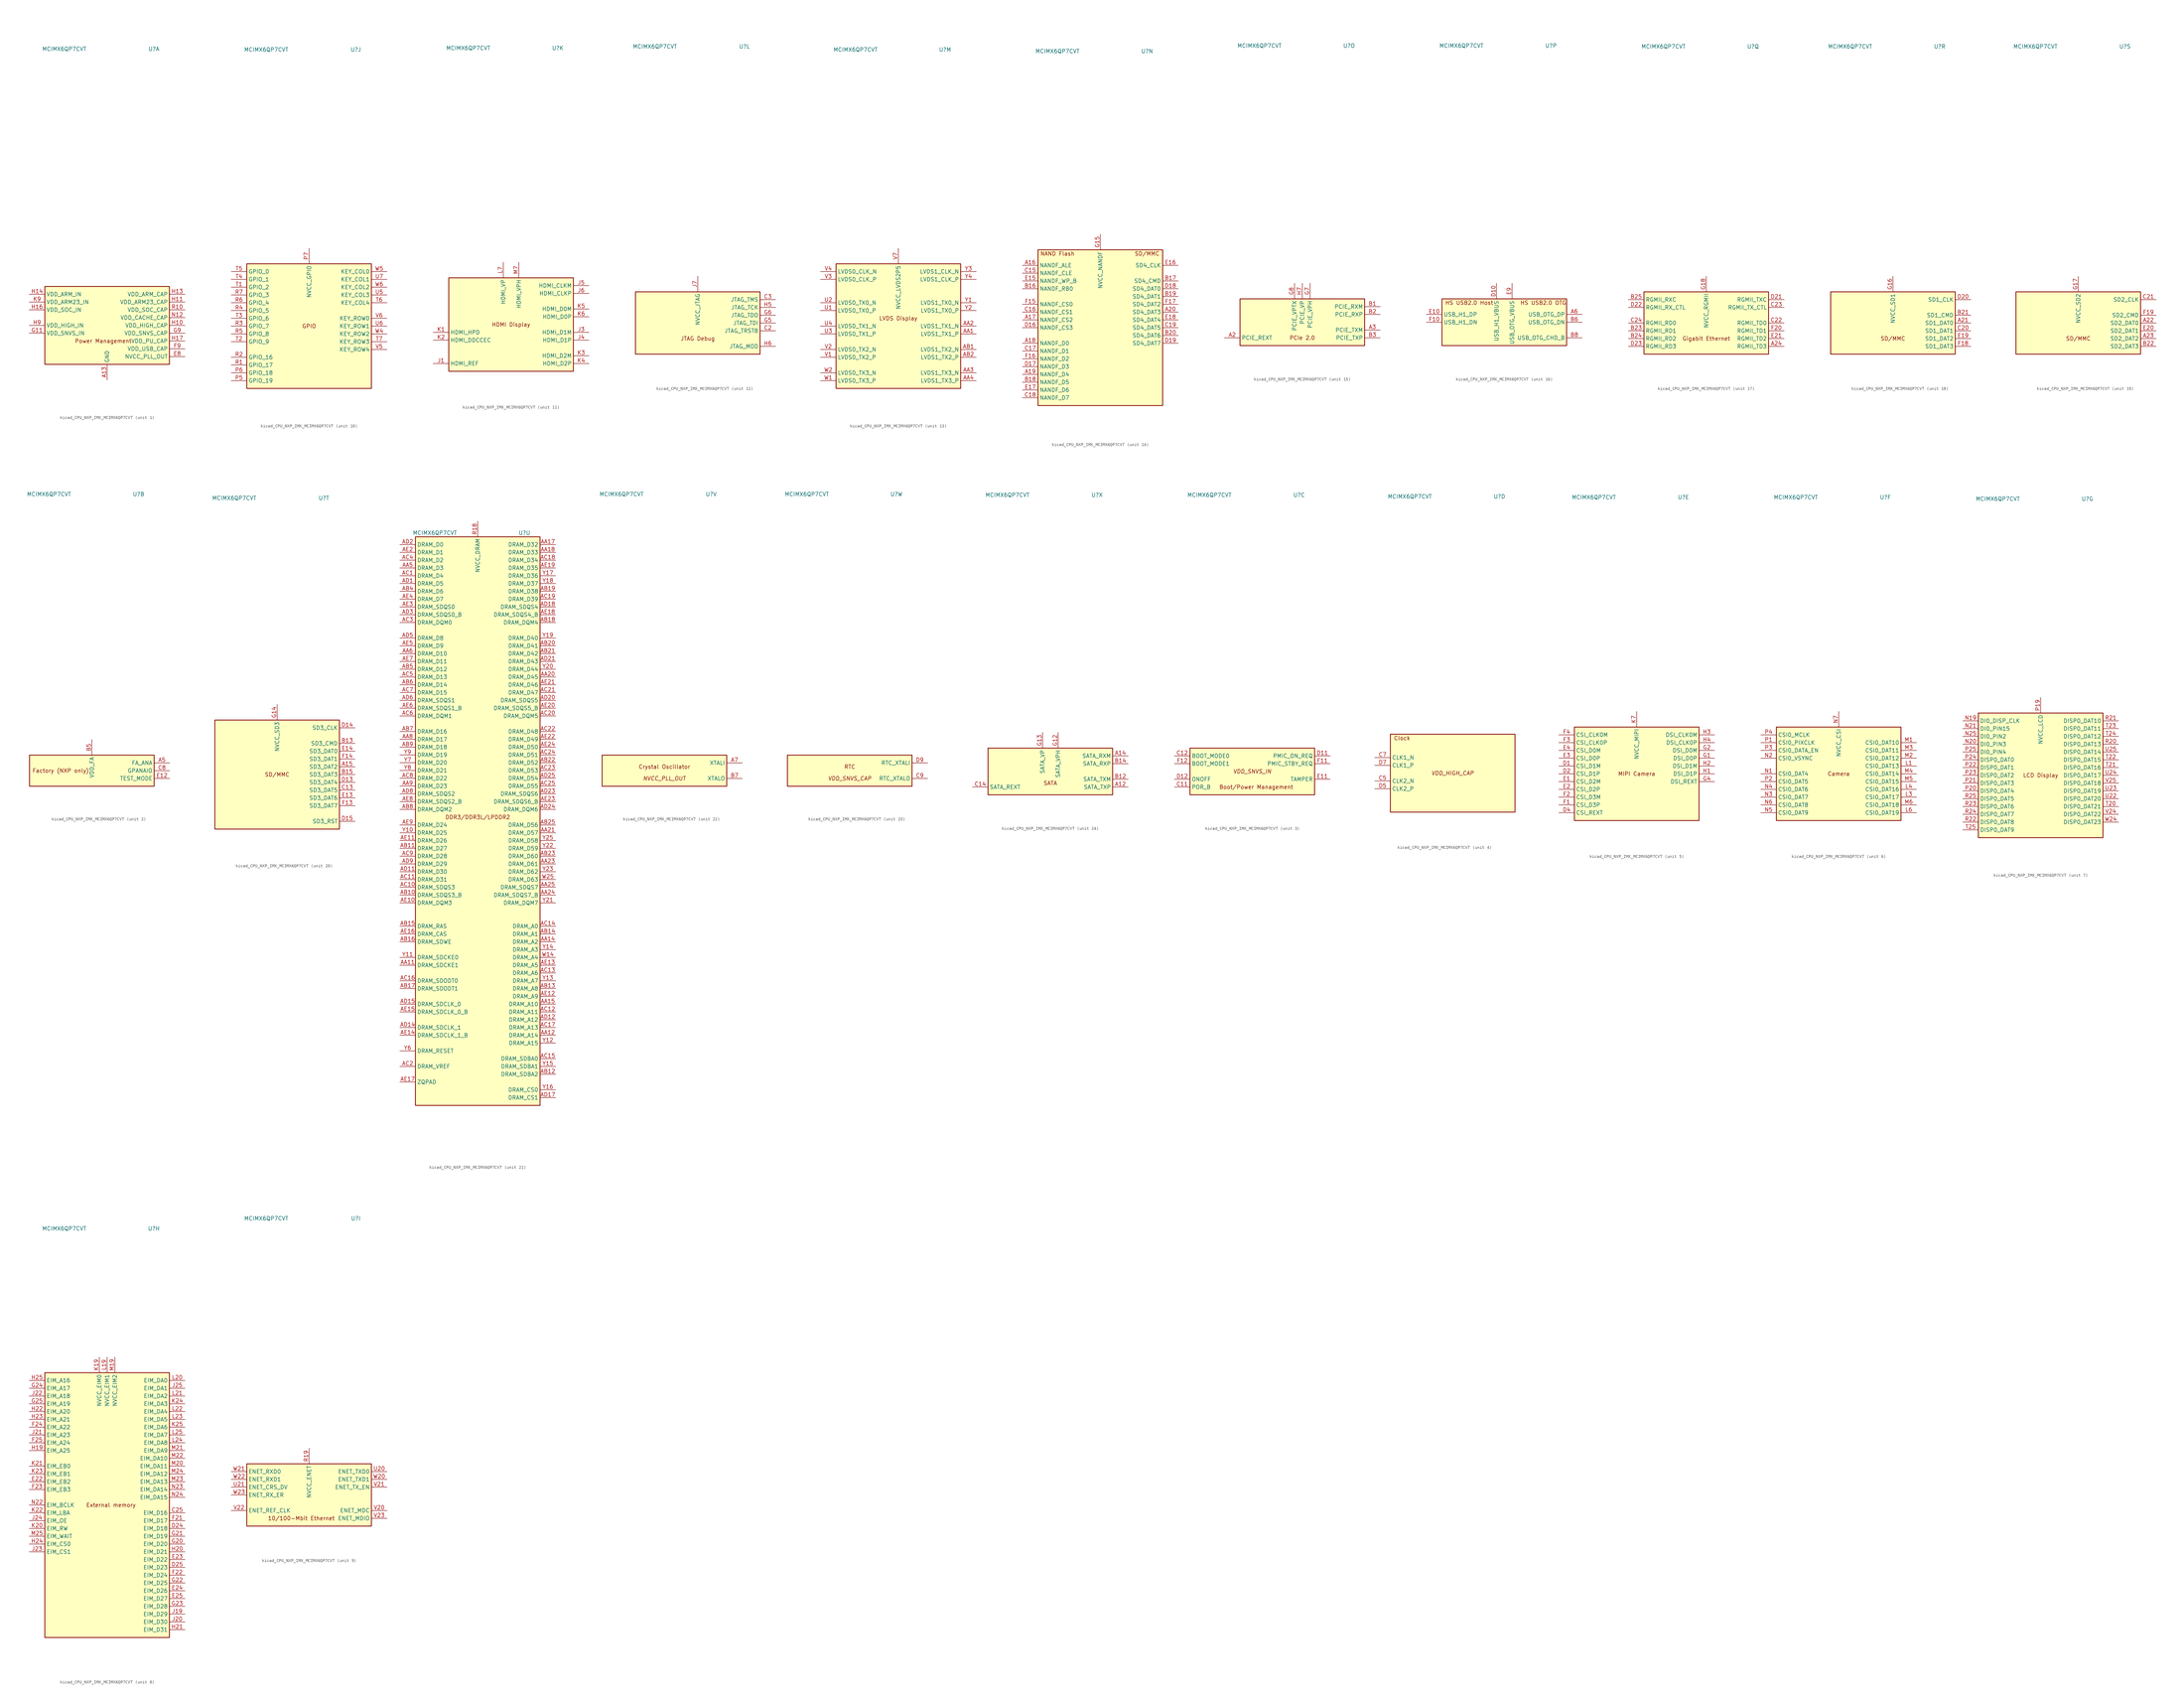
<source format=kicad_sym>
(kicad_symbol_lib
  (version 20220914)
  (generator kicad_symbol_editor)
  (symbol "kicad_CPU_NXP_IMX_MCIMX6QP7CVT"
    (property "Reference" "U"
      (at 15.24 90.17 0)
      (effects (font (size 1.27 1.27))))
    (property "Value" "MCIMX6QP7CVT"
      (at -13.97 90.17 0)
      (effects (font (size 1.27 1.27))))
    (property "ki_locked" ""
      (at 0 0 0)
      (effects (font (size 1.27 1.27))))
    (symbol "kicad_CPU_NXP_IMX_MCIMX6QP7CVT_1_0"
      (text "Power Management" (at -1.27 -5.08 0) (effects (font (size 1.27 1.27)))))
    (symbol "kicad_CPU_NXP_IMX_MCIMX6QP7CVT_1_1"
      (rectangle (start -20.32 12.7) (end 20.32 -12.7) (stroke (width 0.254) (type default)) (fill (type background)))
      (pin power_in line (at 0 -17.78 90) (length 5.08) (name "GND" (effects (font (size 1.27 1.27)))) (number "A13" (effects (font (size 1.27 1.27)))))
      (pin passive line (at 0 -17.78 90) (length 5.08) hide (name "GND" (effects (font (size 1.27 1.27)))) (number "A25" (effects (font (size 1.27 1.27)))))
      (pin passive line (at 0 -17.78 90) (length 5.08) hide (name "GND" (effects (font (size 1.27 1.27)))) (number "A4" (effects (font (size 1.27 1.27)))))
      (pin passive line (at 0 -17.78 90) (length 5.08) hide (name "GND" (effects (font (size 1.27 1.27)))) (number "A8" (effects (font (size 1.27 1.27)))))
      (pin passive line (at 0 -17.78 90) (length 5.08) hide (name "GND" (effects (font (size 1.27 1.27)))) (number "AA10" (effects (font (size 1.27 1.27)))))
      (pin passive line (at 0 -17.78 90) (length 5.08) hide (name "GND" (effects (font (size 1.27 1.27)))) (number "AA13" (effects (font (size 1.27 1.27)))))
      (pin passive line (at 0 -17.78 90) (length 5.08) hide (name "GND" (effects (font (size 1.27 1.27)))) (number "AA16" (effects (font (size 1.27 1.27)))))
      (pin passive line (at 0 -17.78 90) (length 5.08) hide (name "GND" (effects (font (size 1.27 1.27)))) (number "AA19" (effects (font (size 1.27 1.27)))))
      (pin passive line (at 0 -17.78 90) (length 5.08) hide (name "GND" (effects (font (size 1.27 1.27)))) (number "AA22" (effects (font (size 1.27 1.27)))))
      (pin passive line (at 0 -17.78 90) (length 5.08) hide (name "GND" (effects (font (size 1.27 1.27)))) (number "AA7" (effects (font (size 1.27 1.27)))))
      (pin passive line (at 0 -17.78 90) (length 5.08) hide (name "GND" (effects (font (size 1.27 1.27)))) (number "AB24" (effects (font (size 1.27 1.27)))))
      (pin passive line (at 0 -17.78 90) (length 5.08) hide (name "GND" (effects (font (size 1.27 1.27)))) (number "AB3" (effects (font (size 1.27 1.27)))))
      (pin passive line (at 0 -17.78 90) (length 5.08) hide (name "GND" (effects (font (size 1.27 1.27)))) (number "AD10" (effects (font (size 1.27 1.27)))))
      (pin passive line (at 0 -17.78 90) (length 5.08) hide (name "GND" (effects (font (size 1.27 1.27)))) (number "AD13" (effects (font (size 1.27 1.27)))))
      (pin passive line (at 0 -17.78 90) (length 5.08) hide (name "GND" (effects (font (size 1.27 1.27)))) (number "AD16" (effects (font (size 1.27 1.27)))))
      (pin passive line (at 0 -17.78 90) (length 5.08) hide (name "GND" (effects (font (size 1.27 1.27)))) (number "AD19" (effects (font (size 1.27 1.27)))))
      (pin passive line (at 0 -17.78 90) (length 5.08) hide (name "GND" (effects (font (size 1.27 1.27)))) (number "AD22" (effects (font (size 1.27 1.27)))))
      (pin passive line (at 0 -17.78 90) (length 5.08) hide (name "GND" (effects (font (size 1.27 1.27)))) (number "AD4" (effects (font (size 1.27 1.27)))))
      (pin passive line (at 0 -17.78 90) (length 5.08) hide (name "GND" (effects (font (size 1.27 1.27)))) (number "AD7" (effects (font (size 1.27 1.27)))))
      (pin passive line (at 0 -17.78 90) (length 5.08) hide (name "GND" (effects (font (size 1.27 1.27)))) (number "AE1" (effects (font (size 1.27 1.27)))))
      (pin passive line (at 0 -17.78 90) (length 5.08) hide (name "GND" (effects (font (size 1.27 1.27)))) (number "AE25" (effects (font (size 1.27 1.27)))))
      (pin passive line (at 0 -17.78 90) (length 5.08) hide (name "GND" (effects (font (size 1.27 1.27)))) (number "B4" (effects (font (size 1.27 1.27)))))
      (pin passive line (at 0 -17.78 90) (length 5.08) hide (name "GND" (effects (font (size 1.27 1.27)))) (number "C1" (effects (font (size 1.27 1.27)))))
      (pin passive line (at 0 -17.78 90) (length 5.08) hide (name "GND" (effects (font (size 1.27 1.27)))) (number "C10" (effects (font (size 1.27 1.27)))))
      (pin passive line (at 0 -17.78 90) (length 5.08) hide (name "GND" (effects (font (size 1.27 1.27)))) (number "C4" (effects (font (size 1.27 1.27)))))
      (pin passive line (at 0 -17.78 90) (length 5.08) hide (name "GND" (effects (font (size 1.27 1.27)))) (number "C6" (effects (font (size 1.27 1.27)))))
      (pin passive line (at 0 -17.78 90) (length 5.08) hide (name "GND" (effects (font (size 1.27 1.27)))) (number "D3" (effects (font (size 1.27 1.27)))))
      (pin passive line (at 0 -17.78 90) (length 5.08) hide (name "GND" (effects (font (size 1.27 1.27)))) (number "D6" (effects (font (size 1.27 1.27)))))
      (pin passive line (at 0 -17.78 90) (length 5.08) hide (name "GND" (effects (font (size 1.27 1.27)))) (number "D8" (effects (font (size 1.27 1.27)))))
      (pin passive line (at 0 -17.78 90) (length 5.08) hide (name "GND" (effects (font (size 1.27 1.27)))) (number "E5" (effects (font (size 1.27 1.27)))))
      (pin passive line (at 0 -17.78 90) (length 5.08) hide (name "GND" (effects (font (size 1.27 1.27)))) (number "E6" (effects (font (size 1.27 1.27)))))
      (pin passive line (at 0 -17.78 90) (length 5.08) hide (name "GND" (effects (font (size 1.27 1.27)))) (number "E7" (effects (font (size 1.27 1.27)))))
      (pin power_out line (at 25.4 -10.16 180) (length 5.08) (name "NVCC_PLL_OUT" (effects (font (size 1.27 1.27)))) (number "E8" (effects (font (size 1.27 1.27)))))
      (pin passive line (at 0 -17.78 90) (length 5.08) hide (name "GND" (effects (font (size 1.27 1.27)))) (number "F5" (effects (font (size 1.27 1.27)))))
      (pin passive line (at 0 -17.78 90) (length 5.08) hide (name "GND" (effects (font (size 1.27 1.27)))) (number "F6" (effects (font (size 1.27 1.27)))))
      (pin passive line (at 0 -17.78 90) (length 5.08) hide (name "GND" (effects (font (size 1.27 1.27)))) (number "F7" (effects (font (size 1.27 1.27)))))
      (pin passive line (at 0 -17.78 90) (length 5.08) hide (name "GND" (effects (font (size 1.27 1.27)))) (number "F8" (effects (font (size 1.27 1.27)))))
      (pin power_out line (at 25.4 -7.62 180) (length 5.08) (name "VDD_USB_CAP" (effects (font (size 1.27 1.27)))) (number "F9" (effects (font (size 1.27 1.27)))))
      (pin passive line (at 0 -17.78 90) (length 5.08) hide (name "GND" (effects (font (size 1.27 1.27)))) (number "G10" (effects (font (size 1.27 1.27)))))
      (pin power_in line (at -25.4 -2.54 0) (length 5.08) (name "VDD_SNVS_IN" (effects (font (size 1.27 1.27)))) (number "G11" (effects (font (size 1.27 1.27)))))
      (pin passive line (at 0 -17.78 90) (length 5.08) hide (name "GND" (effects (font (size 1.27 1.27)))) (number "G19" (effects (font (size 1.27 1.27)))))
      (pin passive line (at 0 -17.78 90) (length 5.08) hide (name "GND" (effects (font (size 1.27 1.27)))) (number "G3" (effects (font (size 1.27 1.27)))))
      (pin power_out line (at 25.4 -2.54 180) (length 5.08) (name "VDD_SNVS_CAP" (effects (font (size 1.27 1.27)))) (number "G9" (effects (font (size 1.27 1.27)))))
      (pin power_out line (at 25.4 0 180) (length 5.08) (name "VDD_HIGH_CAP" (effects (font (size 1.27 1.27)))) (number "H10" (effects (font (size 1.27 1.27)))))
      (pin power_out line (at 25.4 7.62 180) (length 5.08) (name "VDD_ARM23_CAP" (effects (font (size 1.27 1.27)))) (number "H11" (effects (font (size 1.27 1.27)))))
      (pin passive line (at 0 -17.78 90) (length 5.08) hide (name "GND" (effects (font (size 1.27 1.27)))) (number "H12" (effects (font (size 1.27 1.27)))))
      (pin power_out line (at 25.4 10.16 180) (length 5.08) (name "VDD_ARM_CAP" (effects (font (size 1.27 1.27)))) (number "H13" (effects (font (size 1.27 1.27)))))
      (pin power_in line (at -25.4 10.16 0) (length 5.08) (name "VDD_ARM_IN" (effects (font (size 1.27 1.27)))) (number "H14" (effects (font (size 1.27 1.27)))))
      (pin passive line (at 0 -17.78 90) (length 5.08) hide (name "GND" (effects (font (size 1.27 1.27)))) (number "H15" (effects (font (size 1.27 1.27)))))
      (pin power_in line (at -25.4 5.08 0) (length 5.08) (name "VDD_SOC_IN" (effects (font (size 1.27 1.27)))) (number "H16" (effects (font (size 1.27 1.27)))))
      (pin power_out line (at 25.4 -5.08 180) (length 5.08) (name "VDD_PU_CAP" (effects (font (size 1.27 1.27)))) (number "H17" (effects (font (size 1.27 1.27)))))
      (pin passive line (at 0 -17.78 90) (length 5.08) hide (name "GND" (effects (font (size 1.27 1.27)))) (number "H18" (effects (font (size 1.27 1.27)))))
      (pin passive line (at 0 -17.78 90) (length 5.08) hide (name "GND" (effects (font (size 1.27 1.27)))) (number "H8" (effects (font (size 1.27 1.27)))))
      (pin power_in line (at -25.4 0 0) (length 5.08) (name "VDD_HIGH_IN" (effects (font (size 1.27 1.27)))) (number "H9" (effects (font (size 1.27 1.27)))))
      (pin passive line (at 25.4 0 180) (length 5.08) hide (name "VDD_HIGH_CAP" (effects (font (size 1.27 1.27)))) (number "J10" (effects (font (size 1.27 1.27)))))
      (pin passive line (at 25.4 7.62 180) (length 5.08) hide (name "VDD_ARM23_CAP" (effects (font (size 1.27 1.27)))) (number "J11" (effects (font (size 1.27 1.27)))))
      (pin passive line (at 0 -17.78 90) (length 5.08) hide (name "GND" (effects (font (size 1.27 1.27)))) (number "J12" (effects (font (size 1.27 1.27)))))
      (pin passive line (at 25.4 10.16 180) (length 5.08) hide (name "VDD_ARM_CAP" (effects (font (size 1.27 1.27)))) (number "J13" (effects (font (size 1.27 1.27)))))
      (pin passive line (at -25.4 10.16 0) (length 5.08) hide (name "VDD_ARM_IN" (effects (font (size 1.27 1.27)))) (number "J14" (effects (font (size 1.27 1.27)))))
      (pin passive line (at 0 -17.78 90) (length 5.08) hide (name "GND" (effects (font (size 1.27 1.27)))) (number "J15" (effects (font (size 1.27 1.27)))))
      (pin passive line (at -25.4 5.08 0) (length 5.08) hide (name "VDD_SOC_IN" (effects (font (size 1.27 1.27)))) (number "J16" (effects (font (size 1.27 1.27)))))
      (pin passive line (at 25.4 -5.08 180) (length 5.08) hide (name "VDD_PU_CAP" (effects (font (size 1.27 1.27)))) (number "J17" (effects (font (size 1.27 1.27)))))
      (pin passive line (at 0 -17.78 90) (length 5.08) hide (name "GND" (effects (font (size 1.27 1.27)))) (number "J18" (effects (font (size 1.27 1.27)))))
      (pin passive line (at 0 -17.78 90) (length 5.08) hide (name "GND" (effects (font (size 1.27 1.27)))) (number "J2" (effects (font (size 1.27 1.27)))))
      (pin passive line (at 0 -17.78 90) (length 5.08) hide (name "GND" (effects (font (size 1.27 1.27)))) (number "J8" (effects (font (size 1.27 1.27)))))
      (pin passive line (at -25.4 0 0) (length 5.08) hide (name "VDD_HIGH_IN" (effects (font (size 1.27 1.27)))) (number "J9" (effects (font (size 1.27 1.27)))))
      (pin passive line (at 0 -17.78 90) (length 5.08) hide (name "GND" (effects (font (size 1.27 1.27)))) (number "K10" (effects (font (size 1.27 1.27)))))
      (pin passive line (at 25.4 7.62 180) (length 5.08) hide (name "VDD_ARM23_CAP" (effects (font (size 1.27 1.27)))) (number "K11" (effects (font (size 1.27 1.27)))))
      (pin passive line (at 0 -17.78 90) (length 5.08) hide (name "GND" (effects (font (size 1.27 1.27)))) (number "K12" (effects (font (size 1.27 1.27)))))
      (pin passive line (at 25.4 10.16 180) (length 5.08) hide (name "VDD_ARM_CAP" (effects (font (size 1.27 1.27)))) (number "K13" (effects (font (size 1.27 1.27)))))
      (pin passive line (at -25.4 10.16 0) (length 5.08) hide (name "VDD_ARM_IN" (effects (font (size 1.27 1.27)))) (number "K14" (effects (font (size 1.27 1.27)))))
      (pin passive line (at 0 -17.78 90) (length 5.08) hide (name "GND" (effects (font (size 1.27 1.27)))) (number "K15" (effects (font (size 1.27 1.27)))))
      (pin passive line (at -25.4 5.08 0) (length 5.08) hide (name "VDD_SOC_IN" (effects (font (size 1.27 1.27)))) (number "K16" (effects (font (size 1.27 1.27)))))
      (pin passive line (at 25.4 -5.08 180) (length 5.08) hide (name "VDD_PU_CAP" (effects (font (size 1.27 1.27)))) (number "K17" (effects (font (size 1.27 1.27)))))
      (pin passive line (at 0 -17.78 90) (length 5.08) hide (name "GND" (effects (font (size 1.27 1.27)))) (number "K18" (effects (font (size 1.27 1.27)))))
      (pin passive line (at 0 -17.78 90) (length 5.08) hide (name "GND" (effects (font (size 1.27 1.27)))) (number "K8" (effects (font (size 1.27 1.27)))))
      (pin power_in line (at -25.4 7.62 0) (length 5.08) (name "VDD_ARM23_IN" (effects (font (size 1.27 1.27)))) (number "K9" (effects (font (size 1.27 1.27)))))
      (pin passive line (at 0 -17.78 90) (length 5.08) hide (name "GND" (effects (font (size 1.27 1.27)))) (number "L10" (effects (font (size 1.27 1.27)))))
      (pin passive line (at 25.4 7.62 180) (length 5.08) hide (name "VDD_ARM23_CAP" (effects (font (size 1.27 1.27)))) (number "L11" (effects (font (size 1.27 1.27)))))
      (pin passive line (at 0 -17.78 90) (length 5.08) hide (name "GND" (effects (font (size 1.27 1.27)))) (number "L12" (effects (font (size 1.27 1.27)))))
      (pin passive line (at 25.4 10.16 180) (length 5.08) hide (name "VDD_ARM_CAP" (effects (font (size 1.27 1.27)))) (number "L13" (effects (font (size 1.27 1.27)))))
      (pin passive line (at -25.4 10.16 0) (length 5.08) hide (name "VDD_ARM_IN" (effects (font (size 1.27 1.27)))) (number "L14" (effects (font (size 1.27 1.27)))))
      (pin passive line (at 0 -17.78 90) (length 5.08) hide (name "GND" (effects (font (size 1.27 1.27)))) (number "L15" (effects (font (size 1.27 1.27)))))
      (pin passive line (at -25.4 5.08 0) (length 5.08) hide (name "VDD_SOC_IN" (effects (font (size 1.27 1.27)))) (number "L16" (effects (font (size 1.27 1.27)))))
      (pin passive line (at 25.4 -5.08 180) (length 5.08) hide (name "VDD_PU_CAP" (effects (font (size 1.27 1.27)))) (number "L17" (effects (font (size 1.27 1.27)))))
      (pin passive line (at 0 -17.78 90) (length 5.08) hide (name "GND" (effects (font (size 1.27 1.27)))) (number "L18" (effects (font (size 1.27 1.27)))))
      (pin passive line (at 0 -17.78 90) (length 5.08) hide (name "GND" (effects (font (size 1.27 1.27)))) (number "L2" (effects (font (size 1.27 1.27)))))
      (pin passive line (at 0 -17.78 90) (length 5.08) hide (name "GND" (effects (font (size 1.27 1.27)))) (number "L5" (effects (font (size 1.27 1.27)))))
      (pin passive line (at 0 -17.78 90) (length 5.08) hide (name "GND" (effects (font (size 1.27 1.27)))) (number "L8" (effects (font (size 1.27 1.27)))))
      (pin passive line (at -25.4 7.62 0) (length 5.08) hide (name "VDD_ARM23_IN" (effects (font (size 1.27 1.27)))) (number "L9" (effects (font (size 1.27 1.27)))))
      (pin passive line (at 0 -17.78 90) (length 5.08) hide (name "GND" (effects (font (size 1.27 1.27)))) (number "M10" (effects (font (size 1.27 1.27)))))
      (pin passive line (at 25.4 7.62 180) (length 5.08) hide (name "VDD_ARM23_CAP" (effects (font (size 1.27 1.27)))) (number "M11" (effects (font (size 1.27 1.27)))))
      (pin passive line (at 0 -17.78 90) (length 5.08) hide (name "GND" (effects (font (size 1.27 1.27)))) (number "M12" (effects (font (size 1.27 1.27)))))
      (pin passive line (at 25.4 10.16 180) (length 5.08) hide (name "VDD_ARM_CAP" (effects (font (size 1.27 1.27)))) (number "M13" (effects (font (size 1.27 1.27)))))
      (pin passive line (at -25.4 10.16 0) (length 5.08) hide (name "VDD_ARM_IN" (effects (font (size 1.27 1.27)))) (number "M14" (effects (font (size 1.27 1.27)))))
      (pin passive line (at 0 -17.78 90) (length 5.08) hide (name "GND" (effects (font (size 1.27 1.27)))) (number "M15" (effects (font (size 1.27 1.27)))))
      (pin passive line (at -25.4 5.08 0) (length 5.08) hide (name "VDD_SOC_IN" (effects (font (size 1.27 1.27)))) (number "M16" (effects (font (size 1.27 1.27)))))
      (pin passive line (at 25.4 -5.08 180) (length 5.08) hide (name "VDD_PU_CAP" (effects (font (size 1.27 1.27)))) (number "M17" (effects (font (size 1.27 1.27)))))
      (pin passive line (at 0 -17.78 90) (length 5.08) hide (name "GND" (effects (font (size 1.27 1.27)))) (number "M18" (effects (font (size 1.27 1.27)))))
      (pin passive line (at 0 -17.78 90) (length 5.08) hide (name "GND" (effects (font (size 1.27 1.27)))) (number "M8" (effects (font (size 1.27 1.27)))))
      (pin passive line (at -25.4 7.62 0) (length 5.08) hide (name "VDD_ARM23_IN" (effects (font (size 1.27 1.27)))) (number "M9" (effects (font (size 1.27 1.27)))))
      (pin passive line (at 0 -17.78 90) (length 5.08) hide (name "GND" (effects (font (size 1.27 1.27)))) (number "N10" (effects (font (size 1.27 1.27)))))
      (pin passive line (at 25.4 7.62 180) (length 5.08) hide (name "VDD_ARM23_CAP" (effects (font (size 1.27 1.27)))) (number "N11" (effects (font (size 1.27 1.27)))))
      (pin power_in line (at 25.4 2.54 180) (length 5.08) (name "VDD_CACHE_CAP" (effects (font (size 1.27 1.27)))) (number "N12" (effects (font (size 1.27 1.27)))))
      (pin passive line (at 25.4 10.16 180) (length 5.08) hide (name "VDD_ARM_CAP" (effects (font (size 1.27 1.27)))) (number "N13" (effects (font (size 1.27 1.27)))))
      (pin passive line (at -25.4 10.16 0) (length 5.08) hide (name "VDD_ARM_IN" (effects (font (size 1.27 1.27)))) (number "N14" (effects (font (size 1.27 1.27)))))
      (pin passive line (at 0 -17.78 90) (length 5.08) hide (name "GND" (effects (font (size 1.27 1.27)))) (number "N15" (effects (font (size 1.27 1.27)))))
      (pin passive line (at -25.4 5.08 0) (length 5.08) hide (name "VDD_SOC_IN" (effects (font (size 1.27 1.27)))) (number "N16" (effects (font (size 1.27 1.27)))))
      (pin passive line (at 25.4 -5.08 180) (length 5.08) hide (name "VDD_PU_CAP" (effects (font (size 1.27 1.27)))) (number "N17" (effects (font (size 1.27 1.27)))))
      (pin passive line (at 0 -17.78 90) (length 5.08) hide (name "GND" (effects (font (size 1.27 1.27)))) (number "N18" (effects (font (size 1.27 1.27)))))
      (pin passive line (at 0 -17.78 90) (length 5.08) hide (name "GND" (effects (font (size 1.27 1.27)))) (number "N8" (effects (font (size 1.27 1.27)))))
      (pin passive line (at -25.4 7.62 0) (length 5.08) hide (name "VDD_ARM23_IN" (effects (font (size 1.27 1.27)))) (number "N9" (effects (font (size 1.27 1.27)))))
      (pin passive line (at 0 -17.78 90) (length 5.08) hide (name "GND" (effects (font (size 1.27 1.27)))) (number "P10" (effects (font (size 1.27 1.27)))))
      (pin passive line (at 25.4 7.62 180) (length 5.08) hide (name "VDD_ARM23_CAP" (effects (font (size 1.27 1.27)))) (number "P11" (effects (font (size 1.27 1.27)))))
      (pin passive line (at 0 -17.78 90) (length 5.08) hide (name "GND" (effects (font (size 1.27 1.27)))) (number "P12" (effects (font (size 1.27 1.27)))))
      (pin passive line (at 25.4 10.16 180) (length 5.08) hide (name "VDD_ARM_CAP" (effects (font (size 1.27 1.27)))) (number "P13" (effects (font (size 1.27 1.27)))))
      (pin passive line (at -25.4 10.16 0) (length 5.08) hide (name "VDD_ARM_IN" (effects (font (size 1.27 1.27)))) (number "P14" (effects (font (size 1.27 1.27)))))
      (pin passive line (at 0 -17.78 90) (length 5.08) hide (name "GND" (effects (font (size 1.27 1.27)))) (number "P15" (effects (font (size 1.27 1.27)))))
      (pin passive line (at -25.4 5.08 0) (length 5.08) hide (name "VDD_SOC_IN" (effects (font (size 1.27 1.27)))) (number "P16" (effects (font (size 1.27 1.27)))))
      (pin passive line (at 25.4 -5.08 180) (length 5.08) hide (name "VDD_PU_CAP" (effects (font (size 1.27 1.27)))) (number "P17" (effects (font (size 1.27 1.27)))))
      (pin passive line (at 0 -17.78 90) (length 5.08) hide (name "GND" (effects (font (size 1.27 1.27)))) (number "P18" (effects (font (size 1.27 1.27)))))
      (pin passive line (at 0 -17.78 90) (length 5.08) hide (name "GND" (effects (font (size 1.27 1.27)))) (number "P8" (effects (font (size 1.27 1.27)))))
      (pin passive line (at -25.4 7.62 0) (length 5.08) hide (name "VDD_ARM23_IN" (effects (font (size 1.27 1.27)))) (number "P9" (effects (font (size 1.27 1.27)))))
      (pin power_out line (at 25.4 5.08 180) (length 5.08) (name "VDD_SOC_CAP" (effects (font (size 1.27 1.27)))) (number "R10" (effects (font (size 1.27 1.27)))))
      (pin passive line (at 25.4 7.62 180) (length 5.08) hide (name "VDD_ARM23_CAP" (effects (font (size 1.27 1.27)))) (number "R11" (effects (font (size 1.27 1.27)))))
      (pin passive line (at 0 -17.78 90) (length 5.08) hide (name "GND" (effects (font (size 1.27 1.27)))) (number "R12" (effects (font (size 1.27 1.27)))))
      (pin passive line (at 25.4 10.16 180) (length 5.08) hide (name "VDD_ARM_CAP" (effects (font (size 1.27 1.27)))) (number "R13" (effects (font (size 1.27 1.27)))))
      (pin passive line (at -25.4 10.16 0) (length 5.08) hide (name "VDD_ARM_IN" (effects (font (size 1.27 1.27)))) (number "R14" (effects (font (size 1.27 1.27)))))
      (pin passive line (at 0 -17.78 90) (length 5.08) hide (name "GND" (effects (font (size 1.27 1.27)))) (number "R15" (effects (font (size 1.27 1.27)))))
      (pin passive line (at -25.4 5.08 0) (length 5.08) hide (name "VDD_SOC_IN" (effects (font (size 1.27 1.27)))) (number "R16" (effects (font (size 1.27 1.27)))))
      (pin passive line (at 0 -17.78 90) (length 5.08) hide (name "GND" (effects (font (size 1.27 1.27)))) (number "R17" (effects (font (size 1.27 1.27)))))
      (pin passive line (at 0 -17.78 90) (length 5.08) hide (name "GND" (effects (font (size 1.27 1.27)))) (number "R8" (effects (font (size 1.27 1.27)))))
      (pin passive line (at -25.4 7.62 0) (length 5.08) hide (name "VDD_ARM23_IN" (effects (font (size 1.27 1.27)))) (number "R9" (effects (font (size 1.27 1.27)))))
      (pin passive line (at 25.4 5.08 180) (length 5.08) hide (name "VDD_SOC_CAP" (effects (font (size 1.27 1.27)))) (number "T10" (effects (font (size 1.27 1.27)))))
      (pin passive line (at 0 -17.78 90) (length 5.08) hide (name "GND" (effects (font (size 1.27 1.27)))) (number "T11" (effects (font (size 1.27 1.27)))))
      (pin passive line (at 0 -17.78 90) (length 5.08) hide (name "GND" (effects (font (size 1.27 1.27)))) (number "T12" (effects (font (size 1.27 1.27)))))
      (pin passive line (at 25.4 5.08 180) (length 5.08) hide (name "VDD_SOC_CAP" (effects (font (size 1.27 1.27)))) (number "T13" (effects (font (size 1.27 1.27)))))
      (pin passive line (at 25.4 5.08 180) (length 5.08) hide (name "VDD_SOC_CAP" (effects (font (size 1.27 1.27)))) (number "T14" (effects (font (size 1.27 1.27)))))
      (pin passive line (at 0 -17.78 90) (length 5.08) hide (name "GND" (effects (font (size 1.27 1.27)))) (number "T15" (effects (font (size 1.27 1.27)))))
      (pin passive line (at -25.4 5.08 0) (length 5.08) hide (name "VDD_SOC_IN" (effects (font (size 1.27 1.27)))) (number "T16" (effects (font (size 1.27 1.27)))))
      (pin passive line (at 0 -17.78 90) (length 5.08) hide (name "GND" (effects (font (size 1.27 1.27)))) (number "T17" (effects (font (size 1.27 1.27)))))
      (pin passive line (at 0 -17.78 90) (length 5.08) hide (name "GND" (effects (font (size 1.27 1.27)))) (number "T19" (effects (font (size 1.27 1.27)))))
      (pin passive line (at 0 -17.78 90) (length 5.08) hide (name "GND" (effects (font (size 1.27 1.27)))) (number "T8" (effects (font (size 1.27 1.27)))))
      (pin passive line (at -25.4 7.62 0) (length 5.08) hide (name "VDD_ARM23_IN" (effects (font (size 1.27 1.27)))) (number "T9" (effects (font (size 1.27 1.27)))))
      (pin passive line (at 25.4 5.08 180) (length 5.08) hide (name "VDD_SOC_CAP" (effects (font (size 1.27 1.27)))) (number "U10" (effects (font (size 1.27 1.27)))))
      (pin passive line (at 0 -17.78 90) (length 5.08) hide (name "GND" (effects (font (size 1.27 1.27)))) (number "U11" (effects (font (size 1.27 1.27)))))
      (pin passive line (at 0 -17.78 90) (length 5.08) hide (name "GND" (effects (font (size 1.27 1.27)))) (number "U12" (effects (font (size 1.27 1.27)))))
      (pin passive line (at 25.4 5.08 180) (length 5.08) hide (name "VDD_SOC_CAP" (effects (font (size 1.27 1.27)))) (number "U13" (effects (font (size 1.27 1.27)))))
      (pin passive line (at 25.4 5.08 180) (length 5.08) hide (name "VDD_SOC_CAP" (effects (font (size 1.27 1.27)))) (number "U14" (effects (font (size 1.27 1.27)))))
      (pin passive line (at 0 -17.78 90) (length 5.08) hide (name "GND" (effects (font (size 1.27 1.27)))) (number "U15" (effects (font (size 1.27 1.27)))))
      (pin passive line (at -25.4 5.08 0) (length 5.08) hide (name "VDD_SOC_IN" (effects (font (size 1.27 1.27)))) (number "U16" (effects (font (size 1.27 1.27)))))
      (pin passive line (at 0 -17.78 90) (length 5.08) hide (name "GND" (effects (font (size 1.27 1.27)))) (number "U17" (effects (font (size 1.27 1.27)))))
      (pin passive line (at 0 -17.78 90) (length 5.08) hide (name "GND" (effects (font (size 1.27 1.27)))) (number "U19" (effects (font (size 1.27 1.27)))))
      (pin passive line (at 0 -17.78 90) (length 5.08) hide (name "GND" (effects (font (size 1.27 1.27)))) (number "U8" (effects (font (size 1.27 1.27)))))
      (pin passive line (at -25.4 7.62 0) (length 5.08) hide (name "VDD_ARM23_IN" (effects (font (size 1.27 1.27)))) (number "U9" (effects (font (size 1.27 1.27)))))
      (pin passive line (at 0 -17.78 90) (length 5.08) hide (name "GND" (effects (font (size 1.27 1.27)))) (number "V19" (effects (font (size 1.27 1.27)))))
      (pin passive line (at 0 -17.78 90) (length 5.08) hide (name "GND" (effects (font (size 1.27 1.27)))) (number "V8" (effects (font (size 1.27 1.27)))))
      (pin passive line (at 0 -17.78 90) (length 5.08) hide (name "GND" (effects (font (size 1.27 1.27)))) (number "W10" (effects (font (size 1.27 1.27)))))
      (pin passive line (at 0 -17.78 90) (length 5.08) hide (name "GND" (effects (font (size 1.27 1.27)))) (number "W11" (effects (font (size 1.27 1.27)))))
      (pin passive line (at 0 -17.78 90) (length 5.08) hide (name "GND" (effects (font (size 1.27 1.27)))) (number "W12" (effects (font (size 1.27 1.27)))))
      (pin passive line (at 0 -17.78 90) (length 5.08) hide (name "GND" (effects (font (size 1.27 1.27)))) (number "W13" (effects (font (size 1.27 1.27)))))
      (pin passive line (at 0 -17.78 90) (length 5.08) hide (name "GND" (effects (font (size 1.27 1.27)))) (number "W15" (effects (font (size 1.27 1.27)))))
      (pin passive line (at 0 -17.78 90) (length 5.08) hide (name "GND" (effects (font (size 1.27 1.27)))) (number "W16" (effects (font (size 1.27 1.27)))))
      (pin passive line (at 0 -17.78 90) (length 5.08) hide (name "GND" (effects (font (size 1.27 1.27)))) (number "W17" (effects (font (size 1.27 1.27)))))
      (pin passive line (at 0 -17.78 90) (length 5.08) hide (name "GND" (effects (font (size 1.27 1.27)))) (number "W18" (effects (font (size 1.27 1.27)))))
      (pin passive line (at 0 -17.78 90) (length 5.08) hide (name "GND" (effects (font (size 1.27 1.27)))) (number "W19" (effects (font (size 1.27 1.27)))))
      (pin passive line (at 0 -17.78 90) (length 5.08) hide (name "GND" (effects (font (size 1.27 1.27)))) (number "W3" (effects (font (size 1.27 1.27)))))
      (pin passive line (at 0 -17.78 90) (length 5.08) hide (name "GND" (effects (font (size 1.27 1.27)))) (number "W7" (effects (font (size 1.27 1.27)))))
      (pin passive line (at 0 -17.78 90) (length 5.08) hide (name "GND" (effects (font (size 1.27 1.27)))) (number "W8" (effects (font (size 1.27 1.27)))))
      (pin passive line (at 0 -17.78 90) (length 5.08) hide (name "GND" (effects (font (size 1.27 1.27)))) (number "W9" (effects (font (size 1.27 1.27)))))
      (pin passive line (at 0 -17.78 90) (length 5.08) hide (name "GND" (effects (font (size 1.27 1.27)))) (number "Y24" (effects (font (size 1.27 1.27)))))
      (pin passive line (at 0 -17.78 90) (length 5.08) hide (name "GND" (effects (font (size 1.27 1.27)))) (number "Y5" (effects (font (size 1.27 1.27))))))
    (symbol "kicad_CPU_NXP_IMX_MCIMX6QP7CVT_2_0"
      (text "Factory (NXP only)" (at -10.16 0 0) (effects (font (size 1.27 1.27)))))
    (symbol "kicad_CPU_NXP_IMX_MCIMX6QP7CVT_2_1"
      (rectangle (start -20.32 5.08) (end 20.32 -5.08) (stroke (width 0.254) (type default)) (fill (type background)))
      (pin passive line (at 25.4 2.54 180) (length 5.08) (name "FA_ANA" (effects (font (size 1.27 1.27)))) (number "A5" (effects (font (size 1.27 1.27)))))
      (pin passive line (at 0 10.16 270) (length 5.08) (name "VDD_FA" (effects (font (size 1.27 1.27)))) (number "B5" (effects (font (size 1.27 1.27)))))
      (pin passive line (at 25.4 0 180) (length 5.08) (name "GPANAIO" (effects (font (size 1.27 1.27)))) (number "C8" (effects (font (size 1.27 1.27)))))
      (pin passive line (at 25.4 -2.54 180) (length 5.08) (name "TEST_MODE" (effects (font (size 1.27 1.27)))) (number "E12" (effects (font (size 1.27 1.27))))))
    (symbol "kicad_CPU_NXP_IMX_MCIMX6QP7CVT_3_0"
      (text "Boot/Power Management" (at 1.27 -5.08 0) (effects (font (size 1.27 1.27)))))
    (symbol "kicad_CPU_NXP_IMX_MCIMX6QP7CVT_3_1"
      (rectangle (start -20.32 7.62) (end 20.32 -7.62) (stroke (width 0.254) (type default)) (fill (type background)))
      (text "VDD_SNVS_IN" (at 0 0 0) (effects (font (size 1.27 1.27) italic)))
      (pin input line (at -25.4 -5.08 0) (length 5.08) (name "POR_B" (effects (font (size 1.27 1.27)))) (number "C11" (effects (font (size 1.27 1.27)))))
      (pin input line (at -25.4 5.08 0) (length 5.08) (name "BOOT_MODE0" (effects (font (size 1.27 1.27)))) (number "C12" (effects (font (size 1.27 1.27)))))
      (pin output line (at 25.4 5.08 180) (length 5.08) (name "PMIC_ON_REQ" (effects (font (size 1.27 1.27)))) (number "D11" (effects (font (size 1.27 1.27)))))
      (pin input line (at -25.4 -2.54 0) (length 5.08) (name "ONOFF" (effects (font (size 1.27 1.27)))) (number "D12" (effects (font (size 1.27 1.27)))))
      (pin input line (at 25.4 -2.54 180) (length 5.08) (name "TAMPER" (effects (font (size 1.27 1.27)))) (number "E11" (effects (font (size 1.27 1.27)))))
      (pin output line (at 25.4 2.54 180) (length 5.08) (name "PMIC_STBY_REQ" (effects (font (size 1.27 1.27)))) (number "F11" (effects (font (size 1.27 1.27)))))
      (pin input line (at -25.4 2.54 0) (length 5.08) (name "BOOT_MODE1" (effects (font (size 1.27 1.27)))) (number "F12" (effects (font (size 1.27 1.27))))))
    (symbol "kicad_CPU_NXP_IMX_MCIMX6QP7CVT_4_0"
      (text "Clock" (at -16.51 11.43 0) (effects (font (size 1.27 1.27)))))
    (symbol "kicad_CPU_NXP_IMX_MCIMX6QP7CVT_4_1"
      (rectangle (start -20.32 12.7) (end 20.32 -12.7) (stroke (width 0.254) (type default)) (fill (type background)))
      (text "VDD_HIGH_CAP" (at 0 0 0) (effects (font (size 1.27 1.27) italic)))
      (pin no_connect line (at 17.78 -2.54 180) (length 5.08) hide (name "NC" (effects (font (size 1.27 1.27)))) (number "A10" (effects (font (size 1.27 1.27)))))
      (pin no_connect line (at 17.78 7.62 180) (length 5.08) hide (name "NC" (effects (font (size 1.27 1.27)))) (number "A11" (effects (font (size 1.27 1.27)))))
      (pin no_connect line (at 17.78 -7.62 180) (length 5.08) hide (name "NC" (effects (font (size 1.27 1.27)))) (number "A9" (effects (font (size 1.27 1.27)))))
      (pin no_connect line (at 17.78 0 180) (length 5.08) hide (name "NC" (effects (font (size 1.27 1.27)))) (number "B10" (effects (font (size 1.27 1.27)))))
      (pin no_connect line (at 17.78 5.08 180) (length 5.08) hide (name "NC" (effects (font (size 1.27 1.27)))) (number "B11" (effects (font (size 1.27 1.27)))))
      (pin no_connect line (at 17.78 -10.16 180) (length 5.08) hide (name "NC" (effects (font (size 1.27 1.27)))) (number "B9" (effects (font (size 1.27 1.27)))))
      (pin bidirectional line (at -25.4 -2.54 0) (length 5.08) (name "CLK2_N" (effects (font (size 1.27 1.27)))) (number "C5" (effects (font (size 1.27 1.27)))))
      (pin bidirectional line (at -25.4 5.08 0) (length 5.08) (name "CLK1_N" (effects (font (size 1.27 1.27)))) (number "C7" (effects (font (size 1.27 1.27)))))
      (pin bidirectional line (at -25.4 -5.08 0) (length 5.08) (name "CLK2_P" (effects (font (size 1.27 1.27)))) (number "D5" (effects (font (size 1.27 1.27)))))
      (pin bidirectional line (at -25.4 2.54 0) (length 5.08) (name "CLK1_P" (effects (font (size 1.27 1.27)))) (number "D7" (effects (font (size 1.27 1.27))))))
    (symbol "kicad_CPU_NXP_IMX_MCIMX6QP7CVT_5_0"
      (text "MIPI Camera" (at 0 0 0) (effects (font (size 1.27 1.27)))))
    (symbol "kicad_CPU_NXP_IMX_MCIMX6QP7CVT_5_1"
      (rectangle (start -20.32 15.24) (end 20.32 -15.24) (stroke (width 0.254) (type default)) (fill (type background)))
      (pin input line (at -25.4 2.54 0) (length 5.08) (name "CSI_D1M" (effects (font (size 1.27 1.27)))) (number "D1" (effects (font (size 1.27 1.27)))))
      (pin input line (at -25.4 0 0) (length 5.08) (name "CSI_D1P" (effects (font (size 1.27 1.27)))) (number "D2" (effects (font (size 1.27 1.27)))))
      (pin passive line (at -25.4 -12.7 0) (length 5.08) (name "CSI_REXT" (effects (font (size 1.27 1.27)))) (number "D4" (effects (font (size 1.27 1.27)))))
      (pin input line (at -25.4 -2.54 0) (length 5.08) (name "CSI_D2M" (effects (font (size 1.27 1.27)))) (number "E1" (effects (font (size 1.27 1.27)))))
      (pin input line (at -25.4 -5.08 0) (length 5.08) (name "CSI_D2P" (effects (font (size 1.27 1.27)))) (number "E2" (effects (font (size 1.27 1.27)))))
      (pin input line (at -25.4 5.08 0) (length 5.08) (name "CSI_D0P" (effects (font (size 1.27 1.27)))) (number "E3" (effects (font (size 1.27 1.27)))))
      (pin input line (at -25.4 7.62 0) (length 5.08) (name "CSI_D0M" (effects (font (size 1.27 1.27)))) (number "E4" (effects (font (size 1.27 1.27)))))
      (pin input line (at -25.4 -10.16 0) (length 5.08) (name "CSI_D3P" (effects (font (size 1.27 1.27)))) (number "F1" (effects (font (size 1.27 1.27)))))
      (pin input line (at -25.4 -7.62 0) (length 5.08) (name "CSI_D3M" (effects (font (size 1.27 1.27)))) (number "F2" (effects (font (size 1.27 1.27)))))
      (pin input line (at -25.4 10.16 0) (length 5.08) (name "CSI_CLK0P" (effects (font (size 1.27 1.27)))) (number "F3" (effects (font (size 1.27 1.27)))))
      (pin input line (at -25.4 12.7 0) (length 5.08) (name "CSI_CLK0M" (effects (font (size 1.27 1.27)))) (number "F4" (effects (font (size 1.27 1.27)))))
      (pin output line (at 25.4 5.08 180) (length 5.08) (name "DSI_D0P" (effects (font (size 1.27 1.27)))) (number "G1" (effects (font (size 1.27 1.27)))))
      (pin output line (at 25.4 7.62 180) (length 5.08) (name "DSI_D0M" (effects (font (size 1.27 1.27)))) (number "G2" (effects (font (size 1.27 1.27)))))
      (pin passive line (at 25.4 -2.54 180) (length 5.08) (name "DSI_REXT" (effects (font (size 1.27 1.27)))) (number "G4" (effects (font (size 1.27 1.27)))))
      (pin output line (at 25.4 0 180) (length 5.08) (name "DSI_D1P" (effects (font (size 1.27 1.27)))) (number "H1" (effects (font (size 1.27 1.27)))))
      (pin output line (at 25.4 2.54 180) (length 5.08) (name "DSI_D1M" (effects (font (size 1.27 1.27)))) (number "H2" (effects (font (size 1.27 1.27)))))
      (pin output line (at 25.4 12.7 180) (length 5.08) (name "DSI_CLK0M" (effects (font (size 1.27 1.27)))) (number "H3" (effects (font (size 1.27 1.27)))))
      (pin output line (at 25.4 10.16 180) (length 5.08) (name "DSI_CLK0P" (effects (font (size 1.27 1.27)))) (number "H4" (effects (font (size 1.27 1.27)))))
      (pin power_in line (at 0 20.32 270) (length 5.08) (name "NVCC_MIPI" (effects (font (size 1.27 1.27)))) (number "K7" (effects (font (size 1.27 1.27))))))
    (symbol "kicad_CPU_NXP_IMX_MCIMX6QP7CVT_6_0"
      (text "Camera" (at 0 0 0) (effects (font (size 1.27 1.27)))))
    (symbol "kicad_CPU_NXP_IMX_MCIMX6QP7CVT_6_1"
      (rectangle (start -20.32 15.24) (end 20.32 -15.24) (stroke (width 0.254) (type default)) (fill (type background)))
      (pin bidirectional line (at 25.4 2.54 180) (length 5.08) (name "CSI0_DAT13" (effects (font (size 1.27 1.27)))) (number "L1" (effects (font (size 1.27 1.27)))))
      (pin bidirectional line (at 25.4 -7.62 180) (length 5.08) (name "CSI0_DAT17" (effects (font (size 1.27 1.27)))) (number "L3" (effects (font (size 1.27 1.27)))))
      (pin bidirectional line (at 25.4 -5.08 180) (length 5.08) (name "CSI0_DAT16" (effects (font (size 1.27 1.27)))) (number "L4" (effects (font (size 1.27 1.27)))))
      (pin bidirectional line (at 25.4 -12.7 180) (length 5.08) (name "CSI0_DAT19" (effects (font (size 1.27 1.27)))) (number "L6" (effects (font (size 1.27 1.27)))))
      (pin bidirectional line (at 25.4 10.16 180) (length 5.08) (name "CSI0_DAT10" (effects (font (size 1.27 1.27)))) (number "M1" (effects (font (size 1.27 1.27)))))
      (pin bidirectional line (at 25.4 5.08 180) (length 5.08) (name "CSI0_DAT12" (effects (font (size 1.27 1.27)))) (number "M2" (effects (font (size 1.27 1.27)))))
      (pin bidirectional line (at 25.4 7.62 180) (length 5.08) (name "CSI0_DAT11" (effects (font (size 1.27 1.27)))) (number "M3" (effects (font (size 1.27 1.27)))))
      (pin bidirectional line (at 25.4 0 180) (length 5.08) (name "CSI0_DAT14" (effects (font (size 1.27 1.27)))) (number "M4" (effects (font (size 1.27 1.27)))))
      (pin bidirectional line (at 25.4 -2.54 180) (length 5.08) (name "CSI0_DAT15" (effects (font (size 1.27 1.27)))) (number "M5" (effects (font (size 1.27 1.27)))))
      (pin bidirectional line (at 25.4 -10.16 180) (length 5.08) (name "CSI0_DAT18" (effects (font (size 1.27 1.27)))) (number "M6" (effects (font (size 1.27 1.27)))))
      (pin bidirectional line (at -25.4 0 0) (length 5.08) (name "CSI0_DAT4" (effects (font (size 1.27 1.27)))) (number "N1" (effects (font (size 1.27 1.27)))))
      (pin bidirectional line (at -25.4 5.08 0) (length 5.08) (name "CSI0_VSYNC" (effects (font (size 1.27 1.27)))) (number "N2" (effects (font (size 1.27 1.27)))))
      (pin bidirectional line (at -25.4 -7.62 0) (length 5.08) (name "CSI0_DAT7" (effects (font (size 1.27 1.27)))) (number "N3" (effects (font (size 1.27 1.27)))))
      (pin bidirectional line (at -25.4 -5.08 0) (length 5.08) (name "CSI0_DAT6" (effects (font (size 1.27 1.27)))) (number "N4" (effects (font (size 1.27 1.27)))))
      (pin bidirectional line (at -25.4 -12.7 0) (length 5.08) (name "CSI0_DAT9" (effects (font (size 1.27 1.27)))) (number "N5" (effects (font (size 1.27 1.27)))))
      (pin bidirectional line (at -25.4 -10.16 0) (length 5.08) (name "CSI0_DAT8" (effects (font (size 1.27 1.27)))) (number "N6" (effects (font (size 1.27 1.27)))))
      (pin power_in line (at 0 20.32 270) (length 5.08) (name "NVCC_CSI" (effects (font (size 1.27 1.27)))) (number "N7" (effects (font (size 1.27 1.27)))))
      (pin bidirectional line (at -25.4 10.16 0) (length 5.08) (name "CSI0_PIXCLK" (effects (font (size 1.27 1.27)))) (number "P1" (effects (font (size 1.27 1.27)))))
      (pin bidirectional line (at -25.4 -2.54 0) (length 5.08) (name "CSI0_DAT5" (effects (font (size 1.27 1.27)))) (number "P2" (effects (font (size 1.27 1.27)))))
      (pin bidirectional line (at -25.4 7.62 0) (length 5.08) (name "CSI0_DATA_EN" (effects (font (size 1.27 1.27)))) (number "P3" (effects (font (size 1.27 1.27)))))
      (pin bidirectional line (at -25.4 12.7 0) (length 5.08) (name "CSI0_MCLK" (effects (font (size 1.27 1.27)))) (number "P4" (effects (font (size 1.27 1.27))))))
    (symbol "kicad_CPU_NXP_IMX_MCIMX6QP7CVT_7_0"
      (text "LCD Display" (at 0 0 0) (effects (font (size 1.27 1.27)))))
    (symbol "kicad_CPU_NXP_IMX_MCIMX6QP7CVT_7_1"
      (rectangle (start -20.32 20.32) (end 20.32 -20.32) (stroke (width 0.254) (type default)) (fill (type background)))
      (pin bidirectional line (at -25.4 17.78 0) (length 5.08) (name "DI0_DISP_CLK" (effects (font (size 1.27 1.27)))) (number "N19" (effects (font (size 1.27 1.27)))))
      (pin bidirectional line (at -25.4 10.16 0) (length 5.08) (name "DI0_PIN3" (effects (font (size 1.27 1.27)))) (number "N20" (effects (font (size 1.27 1.27)))))
      (pin bidirectional line (at -25.4 15.24 0) (length 5.08) (name "DI0_PIN15" (effects (font (size 1.27 1.27)))) (number "N21" (effects (font (size 1.27 1.27)))))
      (pin bidirectional line (at -25.4 12.7 0) (length 5.08) (name "DI0_PIN2" (effects (font (size 1.27 1.27)))) (number "N25" (effects (font (size 1.27 1.27)))))
      (pin power_in line (at 0 25.4 270) (length 5.08) (name "NVCC_LCD" (effects (font (size 1.27 1.27)))) (number "P19" (effects (font (size 1.27 1.27)))))
      (pin bidirectional line (at -25.4 -5.08 0) (length 5.08) (name "DISP0_DAT4" (effects (font (size 1.27 1.27)))) (number "P20" (effects (font (size 1.27 1.27)))))
      (pin bidirectional line (at -25.4 -2.54 0) (length 5.08) (name "DISP0_DAT3" (effects (font (size 1.27 1.27)))) (number "P21" (effects (font (size 1.27 1.27)))))
      (pin bidirectional line (at -25.4 2.54 0) (length 5.08) (name "DISP0_DAT1" (effects (font (size 1.27 1.27)))) (number "P22" (effects (font (size 1.27 1.27)))))
      (pin bidirectional line (at -25.4 0 0) (length 5.08) (name "DISP0_DAT2" (effects (font (size 1.27 1.27)))) (number "P23" (effects (font (size 1.27 1.27)))))
      (pin bidirectional line (at -25.4 5.08 0) (length 5.08) (name "DISP0_DAT0" (effects (font (size 1.27 1.27)))) (number "P24" (effects (font (size 1.27 1.27)))))
      (pin bidirectional line (at -25.4 7.62 0) (length 5.08) (name "DI0_PIN4" (effects (font (size 1.27 1.27)))) (number "P25" (effects (font (size 1.27 1.27)))))
      (pin bidirectional line (at 25.4 10.16 180) (length 5.08) (name "DISP0_DAT13" (effects (font (size 1.27 1.27)))) (number "R20" (effects (font (size 1.27 1.27)))))
      (pin bidirectional line (at 25.4 17.78 180) (length 5.08) (name "DISP0_DAT10" (effects (font (size 1.27 1.27)))) (number "R21" (effects (font (size 1.27 1.27)))))
      (pin bidirectional line (at -25.4 -15.24 0) (length 5.08) (name "DISP0_DAT8" (effects (font (size 1.27 1.27)))) (number "R22" (effects (font (size 1.27 1.27)))))
      (pin bidirectional line (at -25.4 -10.16 0) (length 5.08) (name "DISP0_DAT6" (effects (font (size 1.27 1.27)))) (number "R23" (effects (font (size 1.27 1.27)))))
      (pin bidirectional line (at -25.4 -12.7 0) (length 5.08) (name "DISP0_DAT7" (effects (font (size 1.27 1.27)))) (number "R24" (effects (font (size 1.27 1.27)))))
      (pin bidirectional line (at -25.4 -7.62 0) (length 5.08) (name "DISP0_DAT5" (effects (font (size 1.27 1.27)))) (number "R25" (effects (font (size 1.27 1.27)))))
      (pin bidirectional line (at 25.4 -10.16 180) (length 5.08) (name "DISP0_DAT21" (effects (font (size 1.27 1.27)))) (number "T20" (effects (font (size 1.27 1.27)))))
      (pin bidirectional line (at 25.4 2.54 180) (length 5.08) (name "DISP0_DAT16" (effects (font (size 1.27 1.27)))) (number "T21" (effects (font (size 1.27 1.27)))))
      (pin bidirectional line (at 25.4 5.08 180) (length 5.08) (name "DISP0_DAT15" (effects (font (size 1.27 1.27)))) (number "T22" (effects (font (size 1.27 1.27)))))
      (pin bidirectional line (at 25.4 15.24 180) (length 5.08) (name "DISP0_DAT11" (effects (font (size 1.27 1.27)))) (number "T23" (effects (font (size 1.27 1.27)))))
      (pin bidirectional line (at 25.4 12.7 180) (length 5.08) (name "DISP0_DAT12" (effects (font (size 1.27 1.27)))) (number "T24" (effects (font (size 1.27 1.27)))))
      (pin bidirectional line (at -25.4 -17.78 0) (length 5.08) (name "DISP0_DAT9" (effects (font (size 1.27 1.27)))) (number "T25" (effects (font (size 1.27 1.27)))))
      (pin bidirectional line (at 25.4 -7.62 180) (length 5.08) (name "DISP0_DAT20" (effects (font (size 1.27 1.27)))) (number "U22" (effects (font (size 1.27 1.27)))))
      (pin bidirectional line (at 25.4 -5.08 180) (length 5.08) (name "DISP0_DAT19" (effects (font (size 1.27 1.27)))) (number "U23" (effects (font (size 1.27 1.27)))))
      (pin bidirectional line (at 25.4 0 180) (length 5.08) (name "DISP0_DAT17" (effects (font (size 1.27 1.27)))) (number "U24" (effects (font (size 1.27 1.27)))))
      (pin bidirectional line (at 25.4 7.62 180) (length 5.08) (name "DISP0_DAT14" (effects (font (size 1.27 1.27)))) (number "U25" (effects (font (size 1.27 1.27)))))
      (pin bidirectional line (at 25.4 -12.7 180) (length 5.08) (name "DISP0_DAT22" (effects (font (size 1.27 1.27)))) (number "V24" (effects (font (size 1.27 1.27)))))
      (pin bidirectional line (at 25.4 -2.54 180) (length 5.08) (name "DISP0_DAT18" (effects (font (size 1.27 1.27)))) (number "V25" (effects (font (size 1.27 1.27)))))
      (pin bidirectional line (at 25.4 -15.24 180) (length 5.08) (name "DISP0_DAT23" (effects (font (size 1.27 1.27)))) (number "W24" (effects (font (size 1.27 1.27))))))
    (symbol "kicad_CPU_NXP_IMX_MCIMX6QP7CVT_8_0"
      (text "External memory" (at 1.27 0 0) (effects (font (size 1.27 1.27)))))
    (symbol "kicad_CPU_NXP_IMX_MCIMX6QP7CVT_8_1"
      (rectangle (start -20.32 43.18) (end 20.32 -43.18) (stroke (width 0.254) (type default)) (fill (type background)))
      (pin bidirectional line (at 25.4 -2.54 180) (length 5.08) (name "EIM_D16" (effects (font (size 1.27 1.27)))) (number "C25" (effects (font (size 1.27 1.27)))))
      (pin bidirectional line (at 25.4 -7.62 180) (length 5.08) (name "EIM_D18" (effects (font (size 1.27 1.27)))) (number "D24" (effects (font (size 1.27 1.27)))))
      (pin bidirectional line (at 25.4 -20.32 180) (length 5.08) (name "EIM_D23" (effects (font (size 1.27 1.27)))) (number "D25" (effects (font (size 1.27 1.27)))))
      (pin bidirectional line (at -25.4 7.62 0) (length 5.08) (name "EIM_EB2" (effects (font (size 1.27 1.27)))) (number "E22" (effects (font (size 1.27 1.27)))))
      (pin bidirectional line (at 25.4 -17.78 180) (length 5.08) (name "EIM_D22" (effects (font (size 1.27 1.27)))) (number "E23" (effects (font (size 1.27 1.27)))))
      (pin bidirectional line (at 25.4 -27.94 180) (length 5.08) (name "EIM_D26" (effects (font (size 1.27 1.27)))) (number "E24" (effects (font (size 1.27 1.27)))))
      (pin bidirectional line (at 25.4 -30.48 180) (length 5.08) (name "EIM_D27" (effects (font (size 1.27 1.27)))) (number "E25" (effects (font (size 1.27 1.27)))))
      (pin bidirectional line (at 25.4 -5.08 180) (length 5.08) (name "EIM_D17" (effects (font (size 1.27 1.27)))) (number "F21" (effects (font (size 1.27 1.27)))))
      (pin bidirectional line (at 25.4 -22.86 180) (length 5.08) (name "EIM_D24" (effects (font (size 1.27 1.27)))) (number "F22" (effects (font (size 1.27 1.27)))))
      (pin bidirectional line (at -25.4 5.08 0) (length 5.08) (name "EIM_EB3" (effects (font (size 1.27 1.27)))) (number "F23" (effects (font (size 1.27 1.27)))))
      (pin bidirectional line (at -25.4 25.4 0) (length 5.08) (name "EIM_A22" (effects (font (size 1.27 1.27)))) (number "F24" (effects (font (size 1.27 1.27)))))
      (pin bidirectional line (at -25.4 20.32 0) (length 5.08) (name "EIM_A24" (effects (font (size 1.27 1.27)))) (number "F25" (effects (font (size 1.27 1.27)))))
      (pin bidirectional line (at 25.4 -12.7 180) (length 5.08) (name "EIM_D20" (effects (font (size 1.27 1.27)))) (number "G20" (effects (font (size 1.27 1.27)))))
      (pin bidirectional line (at 25.4 -10.16 180) (length 5.08) (name "EIM_D19" (effects (font (size 1.27 1.27)))) (number "G21" (effects (font (size 1.27 1.27)))))
      (pin bidirectional line (at 25.4 -25.4 180) (length 5.08) (name "EIM_D25" (effects (font (size 1.27 1.27)))) (number "G22" (effects (font (size 1.27 1.27)))))
      (pin bidirectional line (at 25.4 -33.02 180) (length 5.08) (name "EIM_D28" (effects (font (size 1.27 1.27)))) (number "G23" (effects (font (size 1.27 1.27)))))
      (pin bidirectional line (at -25.4 38.1 0) (length 5.08) (name "EIM_A17" (effects (font (size 1.27 1.27)))) (number "G24" (effects (font (size 1.27 1.27)))))
      (pin bidirectional line (at -25.4 33.02 0) (length 5.08) (name "EIM_A19" (effects (font (size 1.27 1.27)))) (number "G25" (effects (font (size 1.27 1.27)))))
      (pin bidirectional line (at -25.4 17.78 0) (length 5.08) (name "EIM_A25" (effects (font (size 1.27 1.27)))) (number "H19" (effects (font (size 1.27 1.27)))))
      (pin bidirectional line (at 25.4 -15.24 180) (length 5.08) (name "EIM_D21" (effects (font (size 1.27 1.27)))) (number "H20" (effects (font (size 1.27 1.27)))))
      (pin bidirectional line (at 25.4 -40.64 180) (length 5.08) (name "EIM_D31" (effects (font (size 1.27 1.27)))) (number "H21" (effects (font (size 1.27 1.27)))))
      (pin bidirectional line (at -25.4 30.48 0) (length 5.08) (name "EIM_A20" (effects (font (size 1.27 1.27)))) (number "H22" (effects (font (size 1.27 1.27)))))
      (pin bidirectional line (at -25.4 27.94 0) (length 5.08) (name "EIM_A21" (effects (font (size 1.27 1.27)))) (number "H23" (effects (font (size 1.27 1.27)))))
      (pin bidirectional line (at -25.4 -12.7 0) (length 5.08) (name "EIM_CS0" (effects (font (size 1.27 1.27)))) (number "H24" (effects (font (size 1.27 1.27)))))
      (pin bidirectional line (at -25.4 40.64 0) (length 5.08) (name "EIM_A16" (effects (font (size 1.27 1.27)))) (number "H25" (effects (font (size 1.27 1.27)))))
      (pin bidirectional line (at 25.4 -35.56 180) (length 5.08) (name "EIM_D29" (effects (font (size 1.27 1.27)))) (number "J19" (effects (font (size 1.27 1.27)))))
      (pin bidirectional line (at 25.4 -38.1 180) (length 5.08) (name "EIM_D30" (effects (font (size 1.27 1.27)))) (number "J20" (effects (font (size 1.27 1.27)))))
      (pin bidirectional line (at -25.4 22.86 0) (length 5.08) (name "EIM_A23" (effects (font (size 1.27 1.27)))) (number "J21" (effects (font (size 1.27 1.27)))))
      (pin bidirectional line (at -25.4 35.56 0) (length 5.08) (name "EIM_A18" (effects (font (size 1.27 1.27)))) (number "J22" (effects (font (size 1.27 1.27)))))
      (pin bidirectional line (at -25.4 -15.24 0) (length 5.08) (name "EIM_CS1" (effects (font (size 1.27 1.27)))) (number "J23" (effects (font (size 1.27 1.27)))))
      (pin bidirectional line (at -25.4 -5.08 0) (length 5.08) (name "EIM_OE" (effects (font (size 1.27 1.27)))) (number "J24" (effects (font (size 1.27 1.27)))))
      (pin bidirectional line (at 25.4 38.1 180) (length 5.08) (name "EIM_DA1" (effects (font (size 1.27 1.27)))) (number "J25" (effects (font (size 1.27 1.27)))))
      (pin power_in line (at -2.54 48.26 270) (length 5.08) (name "NVCC_EIM0" (effects (font (size 1.27 1.27)))) (number "K19" (effects (font (size 1.27 1.27)))))
      (pin bidirectional line (at -25.4 -7.62 0) (length 5.08) (name "EIM_RW" (effects (font (size 1.27 1.27)))) (number "K20" (effects (font (size 1.27 1.27)))))
      (pin bidirectional line (at -25.4 12.7 0) (length 5.08) (name "EIM_EB0" (effects (font (size 1.27 1.27)))) (number "K21" (effects (font (size 1.27 1.27)))))
      (pin bidirectional line (at -25.4 -2.54 0) (length 5.08) (name "EIM_LBA" (effects (font (size 1.27 1.27)))) (number "K22" (effects (font (size 1.27 1.27)))))
      (pin bidirectional line (at -25.4 10.16 0) (length 5.08) (name "EIM_EB1" (effects (font (size 1.27 1.27)))) (number "K23" (effects (font (size 1.27 1.27)))))
      (pin bidirectional line (at 25.4 33.02 180) (length 5.08) (name "EIM_DA3" (effects (font (size 1.27 1.27)))) (number "K24" (effects (font (size 1.27 1.27)))))
      (pin bidirectional line (at 25.4 25.4 180) (length 5.08) (name "EIM_DA6" (effects (font (size 1.27 1.27)))) (number "K25" (effects (font (size 1.27 1.27)))))
      (pin power_in line (at 0 48.26 270) (length 5.08) (name "NVCC_EIM1" (effects (font (size 1.27 1.27)))) (number "L19" (effects (font (size 1.27 1.27)))))
      (pin bidirectional line (at 25.4 40.64 180) (length 5.08) (name "EIM_DA0" (effects (font (size 1.27 1.27)))) (number "L20" (effects (font (size 1.27 1.27)))))
      (pin bidirectional line (at 25.4 35.56 180) (length 5.08) (name "EIM_DA2" (effects (font (size 1.27 1.27)))) (number "L21" (effects (font (size 1.27 1.27)))))
      (pin bidirectional line (at 25.4 30.48 180) (length 5.08) (name "EIM_DA4" (effects (font (size 1.27 1.27)))) (number "L22" (effects (font (size 1.27 1.27)))))
      (pin bidirectional line (at 25.4 27.94 180) (length 5.08) (name "EIM_DA5" (effects (font (size 1.27 1.27)))) (number "L23" (effects (font (size 1.27 1.27)))))
      (pin bidirectional line (at 25.4 20.32 180) (length 5.08) (name "EIM_DA8" (effects (font (size 1.27 1.27)))) (number "L24" (effects (font (size 1.27 1.27)))))
      (pin bidirectional line (at 25.4 22.86 180) (length 5.08) (name "EIM_DA7" (effects (font (size 1.27 1.27)))) (number "L25" (effects (font (size 1.27 1.27)))))
      (pin power_in line (at 2.54 48.26 270) (length 5.08) (name "NVCC_EIM2" (effects (font (size 1.27 1.27)))) (number "M19" (effects (font (size 1.27 1.27)))))
      (pin bidirectional line (at 25.4 12.7 180) (length 5.08) (name "EIM_DA11" (effects (font (size 1.27 1.27)))) (number "M20" (effects (font (size 1.27 1.27)))))
      (pin bidirectional line (at 25.4 17.78 180) (length 5.08) (name "EIM_DA9" (effects (font (size 1.27 1.27)))) (number "M21" (effects (font (size 1.27 1.27)))))
      (pin bidirectional line (at 25.4 15.24 180) (length 5.08) (name "EIM_DA10" (effects (font (size 1.27 1.27)))) (number "M22" (effects (font (size 1.27 1.27)))))
      (pin bidirectional line (at 25.4 7.62 180) (length 5.08) (name "EIM_DA13" (effects (font (size 1.27 1.27)))) (number "M23" (effects (font (size 1.27 1.27)))))
      (pin bidirectional line (at 25.4 10.16 180) (length 5.08) (name "EIM_DA12" (effects (font (size 1.27 1.27)))) (number "M24" (effects (font (size 1.27 1.27)))))
      (pin bidirectional line (at -25.4 -10.16 0) (length 5.08) (name "EIM_WAIT" (effects (font (size 1.27 1.27)))) (number "M25" (effects (font (size 1.27 1.27)))))
      (pin bidirectional line (at -25.4 0 0) (length 5.08) (name "EIM_BCLK" (effects (font (size 1.27 1.27)))) (number "N22" (effects (font (size 1.27 1.27)))))
      (pin bidirectional line (at 25.4 5.08 180) (length 5.08) (name "EIM_DA14" (effects (font (size 1.27 1.27)))) (number "N23" (effects (font (size 1.27 1.27)))))
      (pin bidirectional line (at 25.4 2.54 180) (length 5.08) (name "EIM_DA15" (effects (font (size 1.27 1.27)))) (number "N24" (effects (font (size 1.27 1.27))))))
    (symbol "kicad_CPU_NXP_IMX_MCIMX6QP7CVT_9_0"
      (text "10/100-Mbit Ethernet" (at -2.54 -7.62 0) (effects (font (size 1.27 1.27)))))
    (symbol "kicad_CPU_NXP_IMX_MCIMX6QP7CVT_9_1"
      (rectangle (start -20.32 10.16) (end 20.32 -10.16) (stroke (width 0.254) (type default)) (fill (type background)))
      (pin power_in line (at 0 15.24 270) (length 5.08) (name "NVCC_ENET" (effects (font (size 1.27 1.27)))) (number "R19" (effects (font (size 1.27 1.27)))))
      (pin bidirectional line (at 25.4 7.62 180) (length 5.08) (name "ENET_TXD0" (effects (font (size 1.27 1.27)))) (number "U20" (effects (font (size 1.27 1.27)))))
      (pin bidirectional line (at -25.4 2.54 0) (length 5.08) (name "ENET_CRS_DV" (effects (font (size 1.27 1.27)))) (number "U21" (effects (font (size 1.27 1.27)))))
      (pin bidirectional line (at 25.4 -5.08 180) (length 5.08) (name "ENET_MDC" (effects (font (size 1.27 1.27)))) (number "V20" (effects (font (size 1.27 1.27)))))
      (pin bidirectional line (at 25.4 2.54 180) (length 5.08) (name "ENET_TX_EN" (effects (font (size 1.27 1.27)))) (number "V21" (effects (font (size 1.27 1.27)))))
      (pin bidirectional line (at -25.4 -5.08 0) (length 5.08) (name "ENET_REF_CLK" (effects (font (size 1.27 1.27)))) (number "V22" (effects (font (size 1.27 1.27)))))
      (pin bidirectional line (at 25.4 -7.62 180) (length 5.08) (name "ENET_MDIO" (effects (font (size 1.27 1.27)))) (number "V23" (effects (font (size 1.27 1.27)))))
      (pin bidirectional line (at 25.4 5.08 180) (length 5.08) (name "ENET_TXD1" (effects (font (size 1.27 1.27)))) (number "W20" (effects (font (size 1.27 1.27)))))
      (pin bidirectional line (at -25.4 7.62 0) (length 5.08) (name "ENET_RXD0" (effects (font (size 1.27 1.27)))) (number "W21" (effects (font (size 1.27 1.27)))))
      (pin bidirectional line (at -25.4 5.08 0) (length 5.08) (name "ENET_RXD1" (effects (font (size 1.27 1.27)))) (number "W22" (effects (font (size 1.27 1.27)))))
      (pin bidirectional line (at -25.4 0 0) (length 5.08) (name "ENET_RX_ER" (effects (font (size 1.27 1.27)))) (number "W23" (effects (font (size 1.27 1.27))))))
    (symbol "kicad_CPU_NXP_IMX_MCIMX6QP7CVT_10_0"
      (text "GPIO" (at 0 0 0) (effects (font (size 1.27 1.27)))))
    (symbol "kicad_CPU_NXP_IMX_MCIMX6QP7CVT_10_1"
      (rectangle (start -20.32 20.32) (end 20.32 -20.32) (stroke (width 0.254) (type default)) (fill (type background)))
      (pin bidirectional line (at -25.4 -17.78 0) (length 5.08) (name "GPIO_19" (effects (font (size 1.27 1.27)))) (number "P5" (effects (font (size 1.27 1.27)))))
      (pin bidirectional line (at -25.4 -15.24 0) (length 5.08) (name "GPIO_18" (effects (font (size 1.27 1.27)))) (number "P6" (effects (font (size 1.27 1.27)))))
      (pin power_in line (at 0 25.4 270) (length 5.08) (name "NVCC_GPIO" (effects (font (size 1.27 1.27)))) (number "P7" (effects (font (size 1.27 1.27)))))
      (pin bidirectional line (at -25.4 -12.7 0) (length 5.08) (name "GPIO_17" (effects (font (size 1.27 1.27)))) (number "R1" (effects (font (size 1.27 1.27)))))
      (pin bidirectional line (at -25.4 -10.16 0) (length 5.08) (name "GPIO_16" (effects (font (size 1.27 1.27)))) (number "R2" (effects (font (size 1.27 1.27)))))
      (pin bidirectional line (at -25.4 0 0) (length 5.08) (name "GPIO_7" (effects (font (size 1.27 1.27)))) (number "R3" (effects (font (size 1.27 1.27)))))
      (pin bidirectional line (at -25.4 5.08 0) (length 5.08) (name "GPIO_5" (effects (font (size 1.27 1.27)))) (number "R4" (effects (font (size 1.27 1.27)))))
      (pin bidirectional line (at -25.4 -2.54 0) (length 5.08) (name "GPIO_8" (effects (font (size 1.27 1.27)))) (number "R5" (effects (font (size 1.27 1.27)))))
      (pin bidirectional line (at -25.4 7.62 0) (length 5.08) (name "GPIO_4" (effects (font (size 1.27 1.27)))) (number "R6" (effects (font (size 1.27 1.27)))))
      (pin bidirectional line (at -25.4 10.16 0) (length 5.08) (name "GPIO_3" (effects (font (size 1.27 1.27)))) (number "R7" (effects (font (size 1.27 1.27)))))
      (pin bidirectional line (at -25.4 12.7 0) (length 5.08) (name "GPIO_2" (effects (font (size 1.27 1.27)))) (number "T1" (effects (font (size 1.27 1.27)))))
      (pin bidirectional line (at -25.4 -5.08 0) (length 5.08) (name "GPIO_9" (effects (font (size 1.27 1.27)))) (number "T2" (effects (font (size 1.27 1.27)))))
      (pin bidirectional line (at -25.4 2.54 0) (length 5.08) (name "GPIO_6" (effects (font (size 1.27 1.27)))) (number "T3" (effects (font (size 1.27 1.27)))))
      (pin bidirectional line (at -25.4 15.24 0) (length 5.08) (name "GPIO_1" (effects (font (size 1.27 1.27)))) (number "T4" (effects (font (size 1.27 1.27)))))
      (pin bidirectional line (at -25.4 17.78 0) (length 5.08) (name "GPIO_0" (effects (font (size 1.27 1.27)))) (number "T5" (effects (font (size 1.27 1.27)))))
      (pin bidirectional line (at 25.4 7.62 180) (length 5.08) (name "KEY_COL4" (effects (font (size 1.27 1.27)))) (number "T6" (effects (font (size 1.27 1.27)))))
      (pin bidirectional line (at 25.4 -5.08 180) (length 5.08) (name "KEY_ROW3" (effects (font (size 1.27 1.27)))) (number "T7" (effects (font (size 1.27 1.27)))))
      (pin bidirectional line (at 25.4 10.16 180) (length 5.08) (name "KEY_COL3" (effects (font (size 1.27 1.27)))) (number "U5" (effects (font (size 1.27 1.27)))))
      (pin bidirectional line (at 25.4 0 180) (length 5.08) (name "KEY_ROW1" (effects (font (size 1.27 1.27)))) (number "U6" (effects (font (size 1.27 1.27)))))
      (pin bidirectional line (at 25.4 15.24 180) (length 5.08) (name "KEY_COL1" (effects (font (size 1.27 1.27)))) (number "U7" (effects (font (size 1.27 1.27)))))
      (pin bidirectional line (at 25.4 -7.62 180) (length 5.08) (name "KEY_ROW4" (effects (font (size 1.27 1.27)))) (number "V5" (effects (font (size 1.27 1.27)))))
      (pin bidirectional line (at 25.4 2.54 180) (length 5.08) (name "KEY_ROW0" (effects (font (size 1.27 1.27)))) (number "V6" (effects (font (size 1.27 1.27)))))
      (pin bidirectional line (at 25.4 -2.54 180) (length 5.08) (name "KEY_ROW2" (effects (font (size 1.27 1.27)))) (number "W4" (effects (font (size 1.27 1.27)))))
      (pin bidirectional line (at 25.4 17.78 180) (length 5.08) (name "KEY_COL0" (effects (font (size 1.27 1.27)))) (number "W5" (effects (font (size 1.27 1.27)))))
      (pin bidirectional line (at 25.4 12.7 180) (length 5.08) (name "KEY_COL2" (effects (font (size 1.27 1.27)))) (number "W6" (effects (font (size 1.27 1.27))))))
    (symbol "kicad_CPU_NXP_IMX_MCIMX6QP7CVT_11_0"
      (text "HDMI Display" (at 0 0 0) (effects (font (size 1.27 1.27)))))
    (symbol "kicad_CPU_NXP_IMX_MCIMX6QP7CVT_11_1"
      (rectangle (start -20.32 15.24) (end 20.32 -15.24) (stroke (width 0.254) (type default)) (fill (type background)))
      (pin passive line (at -25.4 -12.7 0) (length 5.08) (name "HDMI_REF" (effects (font (size 1.27 1.27)))) (number "J1" (effects (font (size 1.27 1.27)))))
      (pin output line (at 25.4 -2.54 180) (length 5.08) (name "HDMI_D1M" (effects (font (size 1.27 1.27)))) (number "J3" (effects (font (size 1.27 1.27)))))
      (pin output line (at 25.4 -5.08 180) (length 5.08) (name "HDMI_D1P" (effects (font (size 1.27 1.27)))) (number "J4" (effects (font (size 1.27 1.27)))))
      (pin output line (at 25.4 12.7 180) (length 5.08) (name "HDMI_CLKM" (effects (font (size 1.27 1.27)))) (number "J5" (effects (font (size 1.27 1.27)))))
      (pin output line (at 25.4 10.16 180) (length 5.08) (name "HDMI_CLKP" (effects (font (size 1.27 1.27)))) (number "J6" (effects (font (size 1.27 1.27)))))
      (pin input line (at -25.4 -2.54 0) (length 5.08) (name "HDMI_HPD" (effects (font (size 1.27 1.27)))) (number "K1" (effects (font (size 1.27 1.27)))))
      (pin passive line (at -25.4 -5.08 0) (length 5.08) (name "HDMI_DDCCEC" (effects (font (size 1.27 1.27)))) (number "K2" (effects (font (size 1.27 1.27)))))
      (pin output line (at 25.4 -10.16 180) (length 5.08) (name "HDMI_D2M" (effects (font (size 1.27 1.27)))) (number "K3" (effects (font (size 1.27 1.27)))))
      (pin output line (at 25.4 -12.7 180) (length 5.08) (name "HDMI_D2P" (effects (font (size 1.27 1.27)))) (number "K4" (effects (font (size 1.27 1.27)))))
      (pin output line (at 25.4 5.08 180) (length 5.08) (name "HDMI_D0M" (effects (font (size 1.27 1.27)))) (number "K5" (effects (font (size 1.27 1.27)))))
      (pin output line (at 25.4 2.54 180) (length 5.08) (name "HDMI_D0P" (effects (font (size 1.27 1.27)))) (number "K6" (effects (font (size 1.27 1.27)))))
      (pin power_in line (at -2.54 20.32 270) (length 5.08) (name "HDMI_VP" (effects (font (size 1.27 1.27)))) (number "L7" (effects (font (size 1.27 1.27)))))
      (pin power_in line (at 2.54 20.32 270) (length 5.08) (name "HDMI_VPH" (effects (font (size 1.27 1.27)))) (number "M7" (effects (font (size 1.27 1.27))))))
    (symbol "kicad_CPU_NXP_IMX_MCIMX6QP7CVT_12_0"
      (text "JTAG Debug" (at 0 -5.08 0) (effects (font (size 1.27 1.27)))))
    (symbol "kicad_CPU_NXP_IMX_MCIMX6QP7CVT_12_1"
      (rectangle (start -20.32 10.16) (end 20.32 -10.16) (stroke (width 0.254) (type default)) (fill (type background)))
      (pin bidirectional line (at 25.4 -2.54 180) (length 5.08) (name "JTAG_TRSTB" (effects (font (size 1.27 1.27)))) (number "C2" (effects (font (size 1.27 1.27)))))
      (pin bidirectional line (at 25.4 7.62 180) (length 5.08) (name "JTAG_TMS" (effects (font (size 1.27 1.27)))) (number "C3" (effects (font (size 1.27 1.27)))))
      (pin bidirectional line (at 25.4 0 180) (length 5.08) (name "JTAG_TDI" (effects (font (size 1.27 1.27)))) (number "G5" (effects (font (size 1.27 1.27)))))
      (pin bidirectional line (at 25.4 2.54 180) (length 5.08) (name "JTAG_TDO" (effects (font (size 1.27 1.27)))) (number "G6" (effects (font (size 1.27 1.27)))))
      (pin bidirectional line (at 25.4 5.08 180) (length 5.08) (name "JTAG_TCK" (effects (font (size 1.27 1.27)))) (number "H5" (effects (font (size 1.27 1.27)))))
      (pin input line (at 25.4 -7.62 180) (length 5.08) (name "JTAG_MOD" (effects (font (size 1.27 1.27)))) (number "H6" (effects (font (size 1.27 1.27)))))
      (pin power_in line (at 0 15.24 270) (length 5.08) (name "NVCC_JTAG" (effects (font (size 1.27 1.27)))) (number "J7" (effects (font (size 1.27 1.27))))))
    (symbol "kicad_CPU_NXP_IMX_MCIMX6QP7CVT_13_0"
      (text "LVDS Display" (at 0 2.54 0) (effects (font (size 1.27 1.27)))))
    (symbol "kicad_CPU_NXP_IMX_MCIMX6QP7CVT_13_1"
      (rectangle (start -20.32 20.32) (end 20.32 -20.32) (stroke (width 0.254) (type default)) (fill (type background)))
      (pin output line (at 25.4 -2.54 180) (length 5.08) (name "LVDS1_TX1_P" (effects (font (size 1.27 1.27)))) (number "AA1" (effects (font (size 1.27 1.27)))))
      (pin output line (at 25.4 0 180) (length 5.08) (name "LVDS1_TX1_N" (effects (font (size 1.27 1.27)))) (number "AA2" (effects (font (size 1.27 1.27)))))
      (pin output line (at 25.4 -15.24 180) (length 5.08) (name "LVDS1_TX3_N" (effects (font (size 1.27 1.27)))) (number "AA3" (effects (font (size 1.27 1.27)))))
      (pin output line (at 25.4 -17.78 180) (length 5.08) (name "LVDS1_TX3_P" (effects (font (size 1.27 1.27)))) (number "AA4" (effects (font (size 1.27 1.27)))))
      (pin output line (at 25.4 -7.62 180) (length 5.08) (name "LVDS1_TX2_N" (effects (font (size 1.27 1.27)))) (number "AB1" (effects (font (size 1.27 1.27)))))
      (pin output line (at 25.4 -10.16 180) (length 5.08) (name "LVDS1_TX2_P" (effects (font (size 1.27 1.27)))) (number "AB2" (effects (font (size 1.27 1.27)))))
      (pin output line (at -25.4 5.08 0) (length 5.08) (name "LVDS0_TX0_P" (effects (font (size 1.27 1.27)))) (number "U1" (effects (font (size 1.27 1.27)))))
      (pin output line (at -25.4 7.62 0) (length 5.08) (name "LVDS0_TX0_N" (effects (font (size 1.27 1.27)))) (number "U2" (effects (font (size 1.27 1.27)))))
      (pin output line (at -25.4 -2.54 0) (length 5.08) (name "LVDS0_TX1_P" (effects (font (size 1.27 1.27)))) (number "U3" (effects (font (size 1.27 1.27)))))
      (pin output line (at -25.4 0 0) (length 5.08) (name "LVDS0_TX1_N" (effects (font (size 1.27 1.27)))) (number "U4" (effects (font (size 1.27 1.27)))))
      (pin output line (at -25.4 -10.16 0) (length 5.08) (name "LVDS0_TX2_P" (effects (font (size 1.27 1.27)))) (number "V1" (effects (font (size 1.27 1.27)))))
      (pin output line (at -25.4 -7.62 0) (length 5.08) (name "LVDS0_TX2_N" (effects (font (size 1.27 1.27)))) (number "V2" (effects (font (size 1.27 1.27)))))
      (pin output line (at -25.4 15.24 0) (length 5.08) (name "LVDS0_CLK_P" (effects (font (size 1.27 1.27)))) (number "V3" (effects (font (size 1.27 1.27)))))
      (pin output line (at -25.4 17.78 0) (length 5.08) (name "LVDS0_CLK_N" (effects (font (size 1.27 1.27)))) (number "V4" (effects (font (size 1.27 1.27)))))
      (pin power_in line (at 0 25.4 270) (length 5.08) (name "NVCC_LVDS2P5" (effects (font (size 1.27 1.27)))) (number "V7" (effects (font (size 1.27 1.27)))))
      (pin output line (at -25.4 -17.78 0) (length 5.08) (name "LVDS0_TX3_P" (effects (font (size 1.27 1.27)))) (number "W1" (effects (font (size 1.27 1.27)))))
      (pin output line (at -25.4 -15.24 0) (length 5.08) (name "LVDS0_TX3_N" (effects (font (size 1.27 1.27)))) (number "W2" (effects (font (size 1.27 1.27)))))
      (pin output line (at 25.4 7.62 180) (length 5.08) (name "LVDS1_TX0_N" (effects (font (size 1.27 1.27)))) (number "Y1" (effects (font (size 1.27 1.27)))))
      (pin output line (at 25.4 5.08 180) (length 5.08) (name "LVDS1_TX0_P" (effects (font (size 1.27 1.27)))) (number "Y2" (effects (font (size 1.27 1.27)))))
      (pin output line (at 25.4 17.78 180) (length 5.08) (name "LVDS1_CLK_N" (effects (font (size 1.27 1.27)))) (number "Y3" (effects (font (size 1.27 1.27)))))
      (pin output line (at 25.4 15.24 180) (length 5.08) (name "LVDS1_CLK_P" (effects (font (size 1.27 1.27)))) (number "Y4" (effects (font (size 1.27 1.27))))))
    (symbol "kicad_CPU_NXP_IMX_MCIMX6QP7CVT_14_0"
      (text "NAND Flash" (at -13.97 24.13 0) (effects (font (size 1.27 1.27))))
      (text "SD/MMC" (at 15.24 24.13 0) (effects (font (size 1.27 1.27)))))
    (symbol "kicad_CPU_NXP_IMX_MCIMX6QP7CVT_14_1"
      (rectangle (start -20.32 25.4) (end 20.32 -25.4) (stroke (width 0.254) (type default)) (fill (type background)))
      (pin bidirectional line (at -25.4 20.32 0) (length 5.08) (name "NANDF_ALE" (effects (font (size 1.27 1.27)))) (number "A16" (effects (font (size 1.27 1.27)))))
      (pin bidirectional line (at -25.4 2.54 0) (length 5.08) (name "NANDF_CS2" (effects (font (size 1.27 1.27)))) (number "A17" (effects (font (size 1.27 1.27)))))
      (pin bidirectional line (at -25.4 -5.08 0) (length 5.08) (name "NANDF_D0" (effects (font (size 1.27 1.27)))) (number "A18" (effects (font (size 1.27 1.27)))))
      (pin bidirectional line (at -25.4 -15.24 0) (length 5.08) (name "NANDF_D4" (effects (font (size 1.27 1.27)))) (number "A19" (effects (font (size 1.27 1.27)))))
      (pin bidirectional line (at 25.4 5.08 180) (length 5.08) (name "SD4_DAT3" (effects (font (size 1.27 1.27)))) (number "A20" (effects (font (size 1.27 1.27)))))
      (pin bidirectional line (at -25.4 12.7 0) (length 5.08) (name "NANDF_RB0" (effects (font (size 1.27 1.27)))) (number "B16" (effects (font (size 1.27 1.27)))))
      (pin bidirectional line (at 25.4 15.24 180) (length 5.08) (name "SD4_CMD" (effects (font (size 1.27 1.27)))) (number "B17" (effects (font (size 1.27 1.27)))))
      (pin bidirectional line (at -25.4 -17.78 0) (length 5.08) (name "NANDF_D5" (effects (font (size 1.27 1.27)))) (number "B18" (effects (font (size 1.27 1.27)))))
      (pin bidirectional line (at 25.4 10.16 180) (length 5.08) (name "SD4_DAT1" (effects (font (size 1.27 1.27)))) (number "B19" (effects (font (size 1.27 1.27)))))
      (pin bidirectional line (at 25.4 -2.54 180) (length 5.08) (name "SD4_DAT6" (effects (font (size 1.27 1.27)))) (number "B20" (effects (font (size 1.27 1.27)))))
      (pin bidirectional line (at -25.4 17.78 0) (length 5.08) (name "NANDF_CLE" (effects (font (size 1.27 1.27)))) (number "C15" (effects (font (size 1.27 1.27)))))
      (pin bidirectional line (at -25.4 5.08 0) (length 5.08) (name "NANDF_CS1" (effects (font (size 1.27 1.27)))) (number "C16" (effects (font (size 1.27 1.27)))))
      (pin bidirectional line (at -25.4 -7.62 0) (length 5.08) (name "NANDF_D1" (effects (font (size 1.27 1.27)))) (number "C17" (effects (font (size 1.27 1.27)))))
      (pin bidirectional line (at -25.4 -22.86 0) (length 5.08) (name "NANDF_D7" (effects (font (size 1.27 1.27)))) (number "C18" (effects (font (size 1.27 1.27)))))
      (pin bidirectional line (at 25.4 0 180) (length 5.08) (name "SD4_DAT5" (effects (font (size 1.27 1.27)))) (number "C19" (effects (font (size 1.27 1.27)))))
      (pin bidirectional line (at -25.4 0 0) (length 5.08) (name "NANDF_CS3" (effects (font (size 1.27 1.27)))) (number "D16" (effects (font (size 1.27 1.27)))))
      (pin bidirectional line (at -25.4 -12.7 0) (length 5.08) (name "NANDF_D3" (effects (font (size 1.27 1.27)))) (number "D17" (effects (font (size 1.27 1.27)))))
      (pin bidirectional line (at 25.4 12.7 180) (length 5.08) (name "SD4_DAT0" (effects (font (size 1.27 1.27)))) (number "D18" (effects (font (size 1.27 1.27)))))
      (pin bidirectional line (at 25.4 -5.08 180) (length 5.08) (name "SD4_DAT7" (effects (font (size 1.27 1.27)))) (number "D19" (effects (font (size 1.27 1.27)))))
      (pin bidirectional line (at -25.4 15.24 0) (length 5.08) (name "NANDF_WP_B" (effects (font (size 1.27 1.27)))) (number "E15" (effects (font (size 1.27 1.27)))))
      (pin bidirectional line (at 25.4 20.32 180) (length 5.08) (name "SD4_CLK" (effects (font (size 1.27 1.27)))) (number "E16" (effects (font (size 1.27 1.27)))))
      (pin bidirectional line (at -25.4 -20.32 0) (length 5.08) (name "NANDF_D6" (effects (font (size 1.27 1.27)))) (number "E17" (effects (font (size 1.27 1.27)))))
      (pin bidirectional line (at 25.4 2.54 180) (length 5.08) (name "SD4_DAT4" (effects (font (size 1.27 1.27)))) (number "E18" (effects (font (size 1.27 1.27)))))
      (pin bidirectional line (at -25.4 7.62 0) (length 5.08) (name "NANDF_CS0" (effects (font (size 1.27 1.27)))) (number "F15" (effects (font (size 1.27 1.27)))))
      (pin bidirectional line (at -25.4 -10.16 0) (length 5.08) (name "NANDF_D2" (effects (font (size 1.27 1.27)))) (number "F16" (effects (font (size 1.27 1.27)))))
      (pin bidirectional line (at 25.4 7.62 180) (length 5.08) (name "SD4_DAT2" (effects (font (size 1.27 1.27)))) (number "F17" (effects (font (size 1.27 1.27)))))
      (pin power_in line (at 0 30.48 270) (length 5.08) (name "NVCC_NANDF" (effects (font (size 1.27 1.27)))) (number "G15" (effects (font (size 1.27 1.27))))))
    (symbol "kicad_CPU_NXP_IMX_MCIMX6QP7CVT_15_0"
      (text "PCIe 2.0" (at 0 -5.08 0) (effects (font (size 1.27 1.27)))))
    (symbol "kicad_CPU_NXP_IMX_MCIMX6QP7CVT_15_1"
      (rectangle (start -20.32 7.62) (end 20.32 -7.62) (stroke (width 0.254) (type default)) (fill (type background)))
      (pin passive line (at -25.4 -5.08 0) (length 5.08) (name "PCIE_REXT" (effects (font (size 1.27 1.27)))) (number "A2" (effects (font (size 1.27 1.27)))))
      (pin output line (at 25.4 -2.54 180) (length 5.08) (name "PCIE_TXM" (effects (font (size 1.27 1.27)))) (number "A3" (effects (font (size 1.27 1.27)))))
      (pin input line (at 25.4 5.08 180) (length 5.08) (name "PCIE_RXM" (effects (font (size 1.27 1.27)))) (number "B1" (effects (font (size 1.27 1.27)))))
      (pin input line (at 25.4 2.54 180) (length 5.08) (name "PCIE_RXP" (effects (font (size 1.27 1.27)))) (number "B2" (effects (font (size 1.27 1.27)))))
      (pin output line (at 25.4 -5.08 180) (length 5.08) (name "PCIE_TXP" (effects (font (size 1.27 1.27)))) (number "B3" (effects (font (size 1.27 1.27)))))
      (pin power_in line (at 2.54 12.7 270) (length 5.08) (name "PCIE_VPH" (effects (font (size 1.27 1.27)))) (number "G7" (effects (font (size 1.27 1.27)))))
      (pin power_in line (at -2.54 12.7 270) (length 5.08) (name "PCIE_VPTX" (effects (font (size 1.27 1.27)))) (number "G8" (effects (font (size 1.27 1.27)))))
      (pin power_in line (at 0 12.7 270) (length 5.08) (name "PCIE_VP" (effects (font (size 1.27 1.27)))) (number "H7" (effects (font (size 1.27 1.27))))))
    (symbol "kicad_CPU_NXP_IMX_MCIMX6QP7CVT_16_0"
      (text "HS USB2.0 Host" (at -11.43 6.35 0) (effects (font (size 1.27 1.27))))
      (text "HS USB2.0 OTG" (at 12.7 6.35 0) (effects (font (size 1.27 1.27)))))
    (symbol "kicad_CPU_NXP_IMX_MCIMX6QP7CVT_16_1"
      (rectangle (start -20.32 7.62) (end 20.32 -7.62) (stroke (width 0.254) (type default)) (fill (type background)))
      (pin bidirectional line (at 25.4 2.54 180) (length 5.08) (name "USB_OTG_DP" (effects (font (size 1.27 1.27)))) (number "A6" (effects (font (size 1.27 1.27)))))
      (pin bidirectional line (at 25.4 0 180) (length 5.08) (name "USB_OTG_DN" (effects (font (size 1.27 1.27)))) (number "B6" (effects (font (size 1.27 1.27)))))
      (pin bidirectional line (at 25.4 -5.08 180) (length 5.08) (name "USB_OTG_CHD_B" (effects (font (size 1.27 1.27)))) (number "B8" (effects (font (size 1.27 1.27)))))
      (pin power_in line (at -2.54 12.7 270) (length 5.08) (name "USB_H1_VBUS" (effects (font (size 1.27 1.27)))) (number "D10" (effects (font (size 1.27 1.27)))))
      (pin bidirectional line (at -25.4 2.54 0) (length 5.08) (name "USB_H1_DP" (effects (font (size 1.27 1.27)))) (number "E10" (effects (font (size 1.27 1.27)))))
      (pin power_in line (at 2.54 12.7 270) (length 5.08) (name "USB_OTG_VBUS" (effects (font (size 1.27 1.27)))) (number "E9" (effects (font (size 1.27 1.27)))))
      (pin bidirectional line (at -25.4 0 0) (length 5.08) (name "USB_H1_DN" (effects (font (size 1.27 1.27)))) (number "F10" (effects (font (size 1.27 1.27))))))
    (symbol "kicad_CPU_NXP_IMX_MCIMX6QP7CVT_17_0"
      (text "Gigabit Ethernet" (at 0 -5.08 0) (effects (font (size 1.27 1.27)))))
    (symbol "kicad_CPU_NXP_IMX_MCIMX6QP7CVT_17_1"
      (rectangle (start -20.32 10.16) (end 20.32 -10.16) (stroke (width 0.254) (type default)) (fill (type background)))
      (pin bidirectional line (at 25.4 -7.62 180) (length 5.08) (name "RGMII_TD3" (effects (font (size 1.27 1.27)))) (number "A24" (effects (font (size 1.27 1.27)))))
      (pin bidirectional line (at -25.4 -2.54 0) (length 5.08) (name "RGMII_RD1" (effects (font (size 1.27 1.27)))) (number "B23" (effects (font (size 1.27 1.27)))))
      (pin bidirectional line (at -25.4 -5.08 0) (length 5.08) (name "RGMII_RD2" (effects (font (size 1.27 1.27)))) (number "B24" (effects (font (size 1.27 1.27)))))
      (pin bidirectional line (at -25.4 7.62 0) (length 5.08) (name "RGMII_RXC" (effects (font (size 1.27 1.27)))) (number "B25" (effects (font (size 1.27 1.27)))))
      (pin bidirectional line (at 25.4 0 180) (length 5.08) (name "RGMII_TD0" (effects (font (size 1.27 1.27)))) (number "C22" (effects (font (size 1.27 1.27)))))
      (pin bidirectional line (at 25.4 5.08 180) (length 5.08) (name "RGMII_TX_CTL" (effects (font (size 1.27 1.27)))) (number "C23" (effects (font (size 1.27 1.27)))))
      (pin bidirectional line (at -25.4 0 0) (length 5.08) (name "RGMII_RD0" (effects (font (size 1.27 1.27)))) (number "C24" (effects (font (size 1.27 1.27)))))
      (pin bidirectional line (at 25.4 7.62 180) (length 5.08) (name "RGMII_TXC" (effects (font (size 1.27 1.27)))) (number "D21" (effects (font (size 1.27 1.27)))))
      (pin bidirectional line (at -25.4 5.08 0) (length 5.08) (name "RGMII_RX_CTL" (effects (font (size 1.27 1.27)))) (number "D22" (effects (font (size 1.27 1.27)))))
      (pin bidirectional line (at -25.4 -7.62 0) (length 5.08) (name "RGMII_RD3" (effects (font (size 1.27 1.27)))) (number "D23" (effects (font (size 1.27 1.27)))))
      (pin bidirectional line (at 25.4 -5.08 180) (length 5.08) (name "RGMII_TD2" (effects (font (size 1.27 1.27)))) (number "E21" (effects (font (size 1.27 1.27)))))
      (pin bidirectional line (at 25.4 -2.54 180) (length 5.08) (name "RGMII_TD1" (effects (font (size 1.27 1.27)))) (number "F20" (effects (font (size 1.27 1.27)))))
      (pin power_in line (at 0 15.24 270) (length 5.08) (name "NVCC_RGMII" (effects (font (size 1.27 1.27)))) (number "G18" (effects (font (size 1.27 1.27))))))
    (symbol "kicad_CPU_NXP_IMX_MCIMX6QP7CVT_18_0"
      (text "SD/MMC" (at 0 -5.08 0) (effects (font (size 1.27 1.27)))))
    (symbol "kicad_CPU_NXP_IMX_MCIMX6QP7CVT_18_1"
      (rectangle (start -20.32 10.16) (end 20.32 -10.16) (stroke (width 0.254) (type default)) (fill (type background)))
      (pin bidirectional line (at 25.4 0 180) (length 5.08) (name "SD1_DAT0" (effects (font (size 1.27 1.27)))) (number "A21" (effects (font (size 1.27 1.27)))))
      (pin bidirectional line (at 25.4 2.54 180) (length 5.08) (name "SD1_CMD" (effects (font (size 1.27 1.27)))) (number "B21" (effects (font (size 1.27 1.27)))))
      (pin bidirectional line (at 25.4 -2.54 180) (length 5.08) (name "SD1_DAT1" (effects (font (size 1.27 1.27)))) (number "C20" (effects (font (size 1.27 1.27)))))
      (pin bidirectional line (at 25.4 7.62 180) (length 5.08) (name "SD1_CLK" (effects (font (size 1.27 1.27)))) (number "D20" (effects (font (size 1.27 1.27)))))
      (pin bidirectional line (at 25.4 -5.08 180) (length 5.08) (name "SD1_DAT2" (effects (font (size 1.27 1.27)))) (number "E19" (effects (font (size 1.27 1.27)))))
      (pin bidirectional line (at 25.4 -7.62 180) (length 5.08) (name "SD1_DAT3" (effects (font (size 1.27 1.27)))) (number "F18" (effects (font (size 1.27 1.27)))))
      (pin power_in line (at 0 15.24 270) (length 5.08) (name "NVCC_SD1" (effects (font (size 1.27 1.27)))) (number "G16" (effects (font (size 1.27 1.27))))))
    (symbol "kicad_CPU_NXP_IMX_MCIMX6QP7CVT_19_0"
      (text "SD/MMC" (at 0 -5.08 0) (effects (font (size 1.27 1.27)))))
    (symbol "kicad_CPU_NXP_IMX_MCIMX6QP7CVT_19_1"
      (rectangle (start -20.32 10.16) (end 20.32 -10.16) (stroke (width 0.254) (type default)) (fill (type background)))
      (pin bidirectional line (at 25.4 0 180) (length 5.08) (name "SD2_DAT0" (effects (font (size 1.27 1.27)))) (number "A22" (effects (font (size 1.27 1.27)))))
      (pin bidirectional line (at 25.4 -5.08 180) (length 5.08) (name "SD2_DAT2" (effects (font (size 1.27 1.27)))) (number "A23" (effects (font (size 1.27 1.27)))))
      (pin bidirectional line (at 25.4 -7.62 180) (length 5.08) (name "SD2_DAT3" (effects (font (size 1.27 1.27)))) (number "B22" (effects (font (size 1.27 1.27)))))
      (pin bidirectional line (at 25.4 7.62 180) (length 5.08) (name "SD2_CLK" (effects (font (size 1.27 1.27)))) (number "C21" (effects (font (size 1.27 1.27)))))
      (pin bidirectional line (at 25.4 -2.54 180) (length 5.08) (name "SD2_DAT1" (effects (font (size 1.27 1.27)))) (number "E20" (effects (font (size 1.27 1.27)))))
      (pin bidirectional line (at 25.4 2.54 180) (length 5.08) (name "SD2_CMD" (effects (font (size 1.27 1.27)))) (number "F19" (effects (font (size 1.27 1.27)))))
      (pin power_in line (at 0 15.24 270) (length 5.08) (name "NVCC_SD2" (effects (font (size 1.27 1.27)))) (number "G17" (effects (font (size 1.27 1.27))))))
    (symbol "kicad_CPU_NXP_IMX_MCIMX6QP7CVT_20_0"
      (text "SD/MMC" (at 0 0 0) (effects (font (size 1.27 1.27)))))
    (symbol "kicad_CPU_NXP_IMX_MCIMX6QP7CVT_20_1"
      (rectangle (start -20.32 17.78) (end 20.32 -17.78) (stroke (width 0.254) (type default)) (fill (type background)))
      (pin bidirectional line (at 25.4 2.54 180) (length 5.08) (name "SD3_DAT2" (effects (font (size 1.27 1.27)))) (number "A15" (effects (font (size 1.27 1.27)))))
      (pin bidirectional line (at 25.4 10.16 180) (length 5.08) (name "SD3_CMD" (effects (font (size 1.27 1.27)))) (number "B13" (effects (font (size 1.27 1.27)))))
      (pin bidirectional line (at 25.4 0 180) (length 5.08) (name "SD3_DAT3" (effects (font (size 1.27 1.27)))) (number "B15" (effects (font (size 1.27 1.27)))))
      (pin bidirectional line (at 25.4 -5.08 180) (length 5.08) (name "SD3_DAT5" (effects (font (size 1.27 1.27)))) (number "C13" (effects (font (size 1.27 1.27)))))
      (pin bidirectional line (at 25.4 -2.54 180) (length 5.08) (name "SD3_DAT4" (effects (font (size 1.27 1.27)))) (number "D13" (effects (font (size 1.27 1.27)))))
      (pin bidirectional line (at 25.4 15.24 180) (length 5.08) (name "SD3_CLK" (effects (font (size 1.27 1.27)))) (number "D14" (effects (font (size 1.27 1.27)))))
      (pin bidirectional line (at 25.4 -15.24 180) (length 5.08) (name "SD3_RST" (effects (font (size 1.27 1.27)))) (number "D15" (effects (font (size 1.27 1.27)))))
      (pin bidirectional line (at 25.4 -7.62 180) (length 5.08) (name "SD3_DAT6" (effects (font (size 1.27 1.27)))) (number "E13" (effects (font (size 1.27 1.27)))))
      (pin bidirectional line (at 25.4 7.62 180) (length 5.08) (name "SD3_DAT0" (effects (font (size 1.27 1.27)))) (number "E14" (effects (font (size 1.27 1.27)))))
      (pin bidirectional line (at 25.4 -10.16 180) (length 5.08) (name "SD3_DAT7" (effects (font (size 1.27 1.27)))) (number "F13" (effects (font (size 1.27 1.27)))))
      (pin bidirectional line (at 25.4 5.08 180) (length 5.08) (name "SD3_DAT1" (effects (font (size 1.27 1.27)))) (number "F14" (effects (font (size 1.27 1.27)))))
      (pin power_in line (at 0 22.86 270) (length 5.08) (name "NVCC_SD3" (effects (font (size 1.27 1.27)))) (number "G14" (effects (font (size 1.27 1.27))))))
    (symbol "kicad_CPU_NXP_IMX_MCIMX6QP7CVT_21_0"
      (text "DDR3/DDR3L/LPDDR2" (at 0 -2.54 0) (effects (font (size 1.27 1.27)))))
    (symbol "kicad_CPU_NXP_IMX_MCIMX6QP7CVT_21_1"
      (rectangle (start -20.32 88.9) (end 20.32 -96.52) (stroke (width 0.254) (type default)) (fill (type background)))
      (pin output line (at -25.4 -50.8 0) (length 5.08) (name "DRAM_SDCKE1" (effects (font (size 1.27 1.27)))) (number "AA11" (effects (font (size 1.27 1.27)))))
      (pin output line (at 25.4 -73.66 180) (length 5.08) (name "DRAM_A14" (effects (font (size 1.27 1.27)))) (number "AA12" (effects (font (size 1.27 1.27)))))
      (pin output line (at 25.4 -43.18 180) (length 5.08) (name "DRAM_A2" (effects (font (size 1.27 1.27)))) (number "AA14" (effects (font (size 1.27 1.27)))))
      (pin output line (at 25.4 -63.5 180) (length 5.08) (name "DRAM_A10" (effects (font (size 1.27 1.27)))) (number "AA15" (effects (font (size 1.27 1.27)))))
      (pin bidirectional line (at 25.4 86.36 180) (length 5.08) (name "DRAM_D32" (effects (font (size 1.27 1.27)))) (number "AA17" (effects (font (size 1.27 1.27)))))
      (pin bidirectional line (at 25.4 83.82 180) (length 5.08) (name "DRAM_D33" (effects (font (size 1.27 1.27)))) (number "AA18" (effects (font (size 1.27 1.27)))))
      (pin bidirectional line (at 25.4 43.18 180) (length 5.08) (name "DRAM_D45" (effects (font (size 1.27 1.27)))) (number "AA20" (effects (font (size 1.27 1.27)))))
      (pin bidirectional line (at 25.4 -7.62 180) (length 5.08) (name "DRAM_D57" (effects (font (size 1.27 1.27)))) (number "AA21" (effects (font (size 1.27 1.27)))))
      (pin bidirectional line (at 25.4 -17.78 180) (length 5.08) (name "DRAM_D61" (effects (font (size 1.27 1.27)))) (number "AA23" (effects (font (size 1.27 1.27)))))
      (pin bidirectional line (at 25.4 -27.94 180) (length 5.08) (name "DRAM_SDQS7_B" (effects (font (size 1.27 1.27)))) (number "AA24" (effects (font (size 1.27 1.27)))))
      (pin bidirectional line (at 25.4 -25.4 180) (length 5.08) (name "DRAM_SDQS7" (effects (font (size 1.27 1.27)))) (number "AA25" (effects (font (size 1.27 1.27)))))
      (pin bidirectional line (at -25.4 78.74 0) (length 5.08) (name "DRAM_D3" (effects (font (size 1.27 1.27)))) (number "AA5" (effects (font (size 1.27 1.27)))))
      (pin bidirectional line (at -25.4 50.8 0) (length 5.08) (name "DRAM_D10" (effects (font (size 1.27 1.27)))) (number "AA6" (effects (font (size 1.27 1.27)))))
      (pin bidirectional line (at -25.4 22.86 0) (length 5.08) (name "DRAM_D17" (effects (font (size 1.27 1.27)))) (number "AA8" (effects (font (size 1.27 1.27)))))
      (pin bidirectional line (at -25.4 7.62 0) (length 5.08) (name "DRAM_D23" (effects (font (size 1.27 1.27)))) (number "AA9" (effects (font (size 1.27 1.27)))))
      (pin bidirectional line (at -25.4 -27.94 0) (length 5.08) (name "DRAM_SDQS3_B" (effects (font (size 1.27 1.27)))) (number "AB10" (effects (font (size 1.27 1.27)))))
      (pin bidirectional line (at -25.4 -12.7 0) (length 5.08) (name "DRAM_D27" (effects (font (size 1.27 1.27)))) (number "AB11" (effects (font (size 1.27 1.27)))))
      (pin output line (at 25.4 -86.36 180) (length 5.08) (name "DRAM_SDBA2" (effects (font (size 1.27 1.27)))) (number "AB12" (effects (font (size 1.27 1.27)))))
      (pin output line (at 25.4 -58.42 180) (length 5.08) (name "DRAM_A8" (effects (font (size 1.27 1.27)))) (number "AB13" (effects (font (size 1.27 1.27)))))
      (pin output line (at 25.4 -40.64 180) (length 5.08) (name "DRAM_A1" (effects (font (size 1.27 1.27)))) (number "AB14" (effects (font (size 1.27 1.27)))))
      (pin output line (at -25.4 -38.1 0) (length 5.08) (name "DRAM_RAS" (effects (font (size 1.27 1.27)))) (number "AB15" (effects (font (size 1.27 1.27)))))
      (pin output line (at -25.4 -43.18 0) (length 5.08) (name "DRAM_SDWE" (effects (font (size 1.27 1.27)))) (number "AB16" (effects (font (size 1.27 1.27)))))
      (pin output line (at -25.4 -58.42 0) (length 5.08) (name "DRAM_SDODT1" (effects (font (size 1.27 1.27)))) (number "AB17" (effects (font (size 1.27 1.27)))))
      (pin output line (at 25.4 60.96 180) (length 5.08) (name "DRAM_DQM4" (effects (font (size 1.27 1.27)))) (number "AB18" (effects (font (size 1.27 1.27)))))
      (pin bidirectional line (at 25.4 71.12 180) (length 5.08) (name "DRAM_D38" (effects (font (size 1.27 1.27)))) (number "AB19" (effects (font (size 1.27 1.27)))))
      (pin bidirectional line (at 25.4 53.34 180) (length 5.08) (name "DRAM_D41" (effects (font (size 1.27 1.27)))) (number "AB20" (effects (font (size 1.27 1.27)))))
      (pin bidirectional line (at 25.4 50.8 180) (length 5.08) (name "DRAM_D42" (effects (font (size 1.27 1.27)))) (number "AB21" (effects (font (size 1.27 1.27)))))
      (pin bidirectional line (at 25.4 15.24 180) (length 5.08) (name "DRAM_D52" (effects (font (size 1.27 1.27)))) (number "AB22" (effects (font (size 1.27 1.27)))))
      (pin bidirectional line (at 25.4 -15.24 180) (length 5.08) (name "DRAM_D60" (effects (font (size 1.27 1.27)))) (number "AB23" (effects (font (size 1.27 1.27)))))
      (pin bidirectional line (at 25.4 -5.08 180) (length 5.08) (name "DRAM_D56" (effects (font (size 1.27 1.27)))) (number "AB25" (effects (font (size 1.27 1.27)))))
      (pin bidirectional line (at -25.4 71.12 0) (length 5.08) (name "DRAM_D6" (effects (font (size 1.27 1.27)))) (number "AB4" (effects (font (size 1.27 1.27)))))
      (pin bidirectional line (at -25.4 45.72 0) (length 5.08) (name "DRAM_D12" (effects (font (size 1.27 1.27)))) (number "AB5" (effects (font (size 1.27 1.27)))))
      (pin bidirectional line (at -25.4 40.64 0) (length 5.08) (name "DRAM_D14" (effects (font (size 1.27 1.27)))) (number "AB6" (effects (font (size 1.27 1.27)))))
      (pin bidirectional line (at -25.4 25.4 0) (length 5.08) (name "DRAM_D16" (effects (font (size 1.27 1.27)))) (number "AB7" (effects (font (size 1.27 1.27)))))
      (pin output line (at -25.4 0 0) (length 5.08) (name "DRAM_DQM2" (effects (font (size 1.27 1.27)))) (number "AB8" (effects (font (size 1.27 1.27)))))
      (pin bidirectional line (at -25.4 20.32 0) (length 5.08) (name "DRAM_D18" (effects (font (size 1.27 1.27)))) (number "AB9" (effects (font (size 1.27 1.27)))))
      (pin bidirectional line (at -25.4 76.2 0) (length 5.08) (name "DRAM_D4" (effects (font (size 1.27 1.27)))) (number "AC1" (effects (font (size 1.27 1.27)))))
      (pin bidirectional line (at -25.4 -25.4 0) (length 5.08) (name "DRAM_SDQS3" (effects (font (size 1.27 1.27)))) (number "AC10" (effects (font (size 1.27 1.27)))))
      (pin bidirectional line (at -25.4 -22.86 0) (length 5.08) (name "DRAM_D31" (effects (font (size 1.27 1.27)))) (number "AC11" (effects (font (size 1.27 1.27)))))
      (pin output line (at 25.4 -66.04 180) (length 5.08) (name "DRAM_A11" (effects (font (size 1.27 1.27)))) (number "AC12" (effects (font (size 1.27 1.27)))))
      (pin output line (at 25.4 -53.34 180) (length 5.08) (name "DRAM_A6" (effects (font (size 1.27 1.27)))) (number "AC13" (effects (font (size 1.27 1.27)))))
      (pin output line (at 25.4 -38.1 180) (length 5.08) (name "DRAM_A0" (effects (font (size 1.27 1.27)))) (number "AC14" (effects (font (size 1.27 1.27)))))
      (pin output line (at 25.4 -81.28 180) (length 5.08) (name "DRAM_SDBA0" (effects (font (size 1.27 1.27)))) (number "AC15" (effects (font (size 1.27 1.27)))))
      (pin output line (at -25.4 -55.88 0) (length 5.08) (name "DRAM_SDODT0" (effects (font (size 1.27 1.27)))) (number "AC16" (effects (font (size 1.27 1.27)))))
      (pin output line (at 25.4 -71.12 180) (length 5.08) (name "DRAM_A13" (effects (font (size 1.27 1.27)))) (number "AC17" (effects (font (size 1.27 1.27)))))
      (pin bidirectional line (at 25.4 81.28 180) (length 5.08) (name "DRAM_D34" (effects (font (size 1.27 1.27)))) (number "AC18" (effects (font (size 1.27 1.27)))))
      (pin bidirectional line (at 25.4 68.58 180) (length 5.08) (name "DRAM_D39" (effects (font (size 1.27 1.27)))) (number "AC19" (effects (font (size 1.27 1.27)))))
      (pin power_in line (at -25.4 -83.82 0) (length 5.08) (name "DRAM_VREF" (effects (font (size 1.27 1.27)))) (number "AC2" (effects (font (size 1.27 1.27)))))
      (pin output line (at 25.4 30.48 180) (length 5.08) (name "DRAM_DQM5" (effects (font (size 1.27 1.27)))) (number "AC20" (effects (font (size 1.27 1.27)))))
      (pin bidirectional line (at 25.4 38.1 180) (length 5.08) (name "DRAM_D47" (effects (font (size 1.27 1.27)))) (number "AC21" (effects (font (size 1.27 1.27)))))
      (pin bidirectional line (at 25.4 25.4 180) (length 5.08) (name "DRAM_D48" (effects (font (size 1.27 1.27)))) (number "AC22" (effects (font (size 1.27 1.27)))))
      (pin bidirectional line (at 25.4 12.7 180) (length 5.08) (name "DRAM_D53" (effects (font (size 1.27 1.27)))) (number "AC23" (effects (font (size 1.27 1.27)))))
      (pin bidirectional line (at 25.4 17.78 180) (length 5.08) (name "DRAM_D51" (effects (font (size 1.27 1.27)))) (number "AC24" (effects (font (size 1.27 1.27)))))
      (pin bidirectional line (at 25.4 7.62 180) (length 5.08) (name "DRAM_D55" (effects (font (size 1.27 1.27)))) (number "AC25" (effects (font (size 1.27 1.27)))))
      (pin output line (at -25.4 60.96 0) (length 5.08) (name "DRAM_DQM0" (effects (font (size 1.27 1.27)))) (number "AC3" (effects (font (size 1.27 1.27)))))
      (pin bidirectional line (at -25.4 81.28 0) (length 5.08) (name "DRAM_D2" (effects (font (size 1.27 1.27)))) (number "AC4" (effects (font (size 1.27 1.27)))))
      (pin bidirectional line (at -25.4 43.18 0) (length 5.08) (name "DRAM_D13" (effects (font (size 1.27 1.27)))) (number "AC5" (effects (font (size 1.27 1.27)))))
      (pin output line (at -25.4 30.48 0) (length 5.08) (name "DRAM_DQM1" (effects (font (size 1.27 1.27)))) (number "AC6" (effects (font (size 1.27 1.27)))))
      (pin bidirectional line (at -25.4 38.1 0) (length 5.08) (name "DRAM_D15" (effects (font (size 1.27 1.27)))) (number "AC7" (effects (font (size 1.27 1.27)))))
      (pin bidirectional line (at -25.4 10.16 0) (length 5.08) (name "DRAM_D22" (effects (font (size 1.27 1.27)))) (number "AC8" (effects (font (size 1.27 1.27)))))
      (pin bidirectional line (at -25.4 -15.24 0) (length 5.08) (name "DRAM_D28" (effects (font (size 1.27 1.27)))) (number "AC9" (effects (font (size 1.27 1.27)))))
      (pin bidirectional line (at -25.4 73.66 0) (length 5.08) (name "DRAM_D5" (effects (font (size 1.27 1.27)))) (number "AD1" (effects (font (size 1.27 1.27)))))
      (pin bidirectional line (at -25.4 -20.32 0) (length 5.08) (name "DRAM_D30" (effects (font (size 1.27 1.27)))) (number "AD11" (effects (font (size 1.27 1.27)))))
      (pin output line (at 25.4 -68.58 180) (length 5.08) (name "DRAM_A12" (effects (font (size 1.27 1.27)))) (number "AD12" (effects (font (size 1.27 1.27)))))
      (pin output line (at -25.4 -71.12 0) (length 5.08) (name "DRAM_SDCLK_1" (effects (font (size 1.27 1.27)))) (number "AD14" (effects (font (size 1.27 1.27)))))
      (pin output line (at -25.4 -63.5 0) (length 5.08) (name "DRAM_SDCLK_0" (effects (font (size 1.27 1.27)))) (number "AD15" (effects (font (size 1.27 1.27)))))
      (pin output line (at 25.4 -93.98 180) (length 5.08) (name "DRAM_CS1" (effects (font (size 1.27 1.27)))) (number "AD17" (effects (font (size 1.27 1.27)))))
      (pin bidirectional line (at 25.4 66.04 180) (length 5.08) (name "DRAM_SDQS4" (effects (font (size 1.27 1.27)))) (number "AD18" (effects (font (size 1.27 1.27)))))
      (pin bidirectional line (at -25.4 86.36 0) (length 5.08) (name "DRAM_D0" (effects (font (size 1.27 1.27)))) (number "AD2" (effects (font (size 1.27 1.27)))))
      (pin bidirectional line (at 25.4 35.56 180) (length 5.08) (name "DRAM_SDQS5" (effects (font (size 1.27 1.27)))) (number "AD20" (effects (font (size 1.27 1.27)))))
      (pin bidirectional line (at 25.4 48.26 180) (length 5.08) (name "DRAM_D43" (effects (font (size 1.27 1.27)))) (number "AD21" (effects (font (size 1.27 1.27)))))
      (pin bidirectional line (at 25.4 5.08 180) (length 5.08) (name "DRAM_SDQS6" (effects (font (size 1.27 1.27)))) (number "AD23" (effects (font (size 1.27 1.27)))))
      (pin output line (at 25.4 0 180) (length 5.08) (name "DRAM_DQM6" (effects (font (size 1.27 1.27)))) (number "AD24" (effects (font (size 1.27 1.27)))))
      (pin bidirectional line (at 25.4 10.16 180) (length 5.08) (name "DRAM_D54" (effects (font (size 1.27 1.27)))) (number "AD25" (effects (font (size 1.27 1.27)))))
      (pin bidirectional line (at -25.4 63.5 0) (length 5.08) (name "DRAM_SDQS0_B" (effects (font (size 1.27 1.27)))) (number "AD3" (effects (font (size 1.27 1.27)))))
      (pin bidirectional line (at -25.4 55.88 0) (length 5.08) (name "DRAM_D8" (effects (font (size 1.27 1.27)))) (number "AD5" (effects (font (size 1.27 1.27)))))
      (pin bidirectional line (at -25.4 35.56 0) (length 5.08) (name "DRAM_SDQS1" (effects (font (size 1.27 1.27)))) (number "AD6" (effects (font (size 1.27 1.27)))))
      (pin bidirectional line (at -25.4 5.08 0) (length 5.08) (name "DRAM_SDQS2" (effects (font (size 1.27 1.27)))) (number "AD8" (effects (font (size 1.27 1.27)))))
      (pin bidirectional line (at -25.4 -17.78 0) (length 5.08) (name "DRAM_D29" (effects (font (size 1.27 1.27)))) (number "AD9" (effects (font (size 1.27 1.27)))))
      (pin output line (at -25.4 -30.48 0) (length 5.08) (name "DRAM_DQM3" (effects (font (size 1.27 1.27)))) (number "AE10" (effects (font (size 1.27 1.27)))))
      (pin bidirectional line (at -25.4 -10.16 0) (length 5.08) (name "DRAM_D26" (effects (font (size 1.27 1.27)))) (number "AE11" (effects (font (size 1.27 1.27)))))
      (pin output line (at 25.4 -60.96 180) (length 5.08) (name "DRAM_A9" (effects (font (size 1.27 1.27)))) (number "AE12" (effects (font (size 1.27 1.27)))))
      (pin output line (at 25.4 -50.8 180) (length 5.08) (name "DRAM_A5" (effects (font (size 1.27 1.27)))) (number "AE13" (effects (font (size 1.27 1.27)))))
      (pin output line (at -25.4 -73.66 0) (length 5.08) (name "DRAM_SDCLK_1_B" (effects (font (size 1.27 1.27)))) (number "AE14" (effects (font (size 1.27 1.27)))))
      (pin output line (at -25.4 -66.04 0) (length 5.08) (name "DRAM_SDCLK_0_B" (effects (font (size 1.27 1.27)))) (number "AE15" (effects (font (size 1.27 1.27)))))
      (pin output line (at -25.4 -40.64 0) (length 5.08) (name "DRAM_CAS" (effects (font (size 1.27 1.27)))) (number "AE16" (effects (font (size 1.27 1.27)))))
      (pin passive line (at -25.4 -88.9 0) (length 5.08) (name "ZQPAD" (effects (font (size 1.27 1.27)))) (number "AE17" (effects (font (size 1.27 1.27)))))
      (pin bidirectional line (at 25.4 63.5 180) (length 5.08) (name "DRAM_SDQS4_B" (effects (font (size 1.27 1.27)))) (number "AE18" (effects (font (size 1.27 1.27)))))
      (pin bidirectional line (at 25.4 78.74 180) (length 5.08) (name "DRAM_D35" (effects (font (size 1.27 1.27)))) (number "AE19" (effects (font (size 1.27 1.27)))))
      (pin bidirectional line (at -25.4 83.82 0) (length 5.08) (name "DRAM_D1" (effects (font (size 1.27 1.27)))) (number "AE2" (effects (font (size 1.27 1.27)))))
      (pin bidirectional line (at 25.4 33.02 180) (length 5.08) (name "DRAM_SDQS5_B" (effects (font (size 1.27 1.27)))) (number "AE20" (effects (font (size 1.27 1.27)))))
      (pin bidirectional line (at 25.4 40.64 180) (length 5.08) (name "DRAM_D46" (effects (font (size 1.27 1.27)))) (number "AE21" (effects (font (size 1.27 1.27)))))
      (pin bidirectional line (at 25.4 22.86 180) (length 5.08) (name "DRAM_D49" (effects (font (size 1.27 1.27)))) (number "AE22" (effects (font (size 1.27 1.27)))))
      (pin bidirectional line (at 25.4 2.54 180) (length 5.08) (name "DRAM_SDQS6_B" (effects (font (size 1.27 1.27)))) (number "AE23" (effects (font (size 1.27 1.27)))))
      (pin bidirectional line (at 25.4 20.32 180) (length 5.08) (name "DRAM_D50" (effects (font (size 1.27 1.27)))) (number "AE24" (effects (font (size 1.27 1.27)))))
      (pin bidirectional line (at -25.4 66.04 0) (length 5.08) (name "DRAM_SDQS0" (effects (font (size 1.27 1.27)))) (number "AE3" (effects (font (size 1.27 1.27)))))
      (pin bidirectional line (at -25.4 68.58 0) (length 5.08) (name "DRAM_D7" (effects (font (size 1.27 1.27)))) (number "AE4" (effects (font (size 1.27 1.27)))))
      (pin bidirectional line (at -25.4 53.34 0) (length 5.08) (name "DRAM_D9" (effects (font (size 1.27 1.27)))) (number "AE5" (effects (font (size 1.27 1.27)))))
      (pin bidirectional line (at -25.4 33.02 0) (length 5.08) (name "DRAM_SDQS1_B" (effects (font (size 1.27 1.27)))) (number "AE6" (effects (font (size 1.27 1.27)))))
      (pin bidirectional line (at -25.4 48.26 0) (length 5.08) (name "DRAM_D11" (effects (font (size 1.27 1.27)))) (number "AE7" (effects (font (size 1.27 1.27)))))
      (pin bidirectional line (at -25.4 2.54 0) (length 5.08) (name "DRAM_SDQS2_B" (effects (font (size 1.27 1.27)))) (number "AE8" (effects (font (size 1.27 1.27)))))
      (pin bidirectional line (at -25.4 -5.08 0) (length 5.08) (name "DRAM_D24" (effects (font (size 1.27 1.27)))) (number "AE9" (effects (font (size 1.27 1.27)))))
      (pin power_in line (at 0 93.98 270) (length 5.08) (name "NVCC_DRAM" (effects (font (size 1.27 1.27)))) (number "R18" (effects (font (size 1.27 1.27)))))
      (pin passive line (at 0 93.98 270) (length 5.08) hide (name "NVCC_DRAM" (effects (font (size 1.27 1.27)))) (number "T18" (effects (font (size 1.27 1.27)))))
      (pin passive line (at 0 93.98 270) (length 5.08) hide (name "NVCC_DRAM" (effects (font (size 1.27 1.27)))) (number "U18" (effects (font (size 1.27 1.27)))))
      (pin passive line (at 0 93.98 270) (length 5.08) hide (name "NVCC_DRAM" (effects (font (size 1.27 1.27)))) (number "V10" (effects (font (size 1.27 1.27)))))
      (pin passive line (at 0 93.98 270) (length 5.08) hide (name "NVCC_DRAM" (effects (font (size 1.27 1.27)))) (number "V11" (effects (font (size 1.27 1.27)))))
      (pin passive line (at 0 93.98 270) (length 5.08) hide (name "NVCC_DRAM" (effects (font (size 1.27 1.27)))) (number "V12" (effects (font (size 1.27 1.27)))))
      (pin passive line (at 0 93.98 270) (length 5.08) hide (name "NVCC_DRAM" (effects (font (size 1.27 1.27)))) (number "V13" (effects (font (size 1.27 1.27)))))
      (pin passive line (at 0 93.98 270) (length 5.08) hide (name "NVCC_DRAM" (effects (font (size 1.27 1.27)))) (number "V14" (effects (font (size 1.27 1.27)))))
      (pin passive line (at 0 93.98 270) (length 5.08) hide (name "NVCC_DRAM" (effects (font (size 1.27 1.27)))) (number "V15" (effects (font (size 1.27 1.27)))))
      (pin passive line (at 0 93.98 270) (length 5.08) hide (name "NVCC_DRAM" (effects (font (size 1.27 1.27)))) (number "V16" (effects (font (size 1.27 1.27)))))
      (pin passive line (at 0 93.98 270) (length 5.08) hide (name "NVCC_DRAM" (effects (font (size 1.27 1.27)))) (number "V17" (effects (font (size 1.27 1.27)))))
      (pin passive line (at 0 93.98 270) (length 5.08) hide (name "NVCC_DRAM" (effects (font (size 1.27 1.27)))) (number "V18" (effects (font (size 1.27 1.27)))))
      (pin passive line (at 0 93.98 270) (length 5.08) hide (name "NVCC_DRAM" (effects (font (size 1.27 1.27)))) (number "V9" (effects (font (size 1.27 1.27)))))
      (pin output line (at 25.4 -48.26 180) (length 5.08) (name "DRAM_A4" (effects (font (size 1.27 1.27)))) (number "W14" (effects (font (size 1.27 1.27)))))
      (pin bidirectional line (at 25.4 -22.86 180) (length 5.08) (name "DRAM_D63" (effects (font (size 1.27 1.27)))) (number "W25" (effects (font (size 1.27 1.27)))))
      (pin bidirectional line (at -25.4 -7.62 0) (length 5.08) (name "DRAM_D25" (effects (font (size 1.27 1.27)))) (number "Y10" (effects (font (size 1.27 1.27)))))
      (pin output line (at -25.4 -48.26 0) (length 5.08) (name "DRAM_SDCKE0" (effects (font (size 1.27 1.27)))) (number "Y11" (effects (font (size 1.27 1.27)))))
      (pin output line (at 25.4 -76.2 180) (length 5.08) (name "DRAM_A15" (effects (font (size 1.27 1.27)))) (number "Y12" (effects (font (size 1.27 1.27)))))
      (pin output line (at 25.4 -55.88 180) (length 5.08) (name "DRAM_A7" (effects (font (size 1.27 1.27)))) (number "Y13" (effects (font (size 1.27 1.27)))))
      (pin output line (at 25.4 -45.72 180) (length 5.08) (name "DRAM_A3" (effects (font (size 1.27 1.27)))) (number "Y14" (effects (font (size 1.27 1.27)))))
      (pin output line (at 25.4 -83.82 180) (length 5.08) (name "DRAM_SDBA1" (effects (font (size 1.27 1.27)))) (number "Y15" (effects (font (size 1.27 1.27)))))
      (pin output line (at 25.4 -91.44 180) (length 5.08) (name "DRAM_CS0" (effects (font (size 1.27 1.27)))) (number "Y16" (effects (font (size 1.27 1.27)))))
      (pin bidirectional line (at 25.4 76.2 180) (length 5.08) (name "DRAM_D36" (effects (font (size 1.27 1.27)))) (number "Y17" (effects (font (size 1.27 1.27)))))
      (pin bidirectional line (at 25.4 73.66 180) (length 5.08) (name "DRAM_D37" (effects (font (size 1.27 1.27)))) (number "Y18" (effects (font (size 1.27 1.27)))))
      (pin bidirectional line (at 25.4 55.88 180) (length 5.08) (name "DRAM_D40" (effects (font (size 1.27 1.27)))) (number "Y19" (effects (font (size 1.27 1.27)))))
      (pin bidirectional line (at 25.4 45.72 180) (length 5.08) (name "DRAM_D44" (effects (font (size 1.27 1.27)))) (number "Y20" (effects (font (size 1.27 1.27)))))
      (pin output line (at 25.4 -30.48 180) (length 5.08) (name "DRAM_DQM7" (effects (font (size 1.27 1.27)))) (number "Y21" (effects (font (size 1.27 1.27)))))
      (pin bidirectional line (at 25.4 -12.7 180) (length 5.08) (name "DRAM_D59" (effects (font (size 1.27 1.27)))) (number "Y22" (effects (font (size 1.27 1.27)))))
      (pin bidirectional line (at 25.4 -20.32 180) (length 5.08) (name "DRAM_D62" (effects (font (size 1.27 1.27)))) (number "Y23" (effects (font (size 1.27 1.27)))))
      (pin bidirectional line (at 25.4 -10.16 180) (length 5.08) (name "DRAM_D58" (effects (font (size 1.27 1.27)))) (number "Y25" (effects (font (size 1.27 1.27)))))
      (pin output line (at -25.4 -78.74 0) (length 5.08) (name "DRAM_RESET" (effects (font (size 1.27 1.27)))) (number "Y6" (effects (font (size 1.27 1.27)))))
      (pin bidirectional line (at -25.4 15.24 0) (length 5.08) (name "DRAM_D20" (effects (font (size 1.27 1.27)))) (number "Y7" (effects (font (size 1.27 1.27)))))
      (pin bidirectional line (at -25.4 12.7 0) (length 5.08) (name "DRAM_D21" (effects (font (size 1.27 1.27)))) (number "Y8" (effects (font (size 1.27 1.27)))))
      (pin bidirectional line (at -25.4 17.78 0) (length 5.08) (name "DRAM_D19" (effects (font (size 1.27 1.27)))) (number "Y9" (effects (font (size 1.27 1.27))))))
    (symbol "kicad_CPU_NXP_IMX_MCIMX6QP7CVT_22_0"
      (text "Crystal Oscillator" (at 0 1.27 0) (effects (font (size 1.27 1.27)))))
    (symbol "kicad_CPU_NXP_IMX_MCIMX6QP7CVT_22_1"
      (rectangle (start -20.32 5.08) (end 20.32 -5.08) (stroke (width 0.254) (type default)) (fill (type background)))
      (text "NVCC_PLL_OUT" (at 0 -2.54 0) (effects (font (size 1.27 1.27) italic)))
      (pin input line (at 25.4 2.54 180) (length 5.08) (name "XTALI" (effects (font (size 1.27 1.27)))) (number "A7" (effects (font (size 1.27 1.27)))))
      (pin output line (at 25.4 -2.54 180) (length 5.08) (name "XTALO" (effects (font (size 1.27 1.27)))) (number "B7" (effects (font (size 1.27 1.27))))))
    (symbol "kicad_CPU_NXP_IMX_MCIMX6QP7CVT_23_0"
      (text "RTC" (at 0 1.27 0) (effects (font (size 1.27 1.27)))))
    (symbol "kicad_CPU_NXP_IMX_MCIMX6QP7CVT_23_1"
      (rectangle (start -20.32 5.08) (end 20.32 -5.08) (stroke (width 0.254) (type default)) (fill (type background)))
      (text "VDD_SNVS_CAP" (at 0 -2.54 0) (effects (font (size 1.27 1.27) italic)))
      (pin output line (at 25.4 -2.54 180) (length 5.08) (name "RTC_XTALO" (effects (font (size 1.27 1.27)))) (number "C9" (effects (font (size 1.27 1.27)))))
      (pin input line (at 25.4 2.54 180) (length 5.08) (name "RTC_XTALI" (effects (font (size 1.27 1.27)))) (number "D9" (effects (font (size 1.27 1.27))))))
    (symbol "kicad_CPU_NXP_IMX_MCIMX6QP7CVT_24_0"
      (text "SATA" (at 0 -3.81 0) (effects (font (size 1.27 1.27)))))
    (symbol "kicad_CPU_NXP_IMX_MCIMX6QP7CVT_24_1"
      (rectangle (start -20.32 7.62) (end 20.32 -7.62) (stroke (width 0.254) (type default)) (fill (type background)))
      (pin output line (at 25.4 -5.08 180) (length 5.08) (name "SATA_TXP" (effects (font (size 1.27 1.27)))) (number "A12" (effects (font (size 1.27 1.27)))))
      (pin input line (at 25.4 5.08 180) (length 5.08) (name "SATA_RXM" (effects (font (size 1.27 1.27)))) (number "A14" (effects (font (size 1.27 1.27)))))
      (pin output line (at 25.4 -2.54 180) (length 5.08) (name "SATA_TXM" (effects (font (size 1.27 1.27)))) (number "B12" (effects (font (size 1.27 1.27)))))
      (pin input line (at 25.4 2.54 180) (length 5.08) (name "SATA_RXP" (effects (font (size 1.27 1.27)))) (number "B14" (effects (font (size 1.27 1.27)))))
      (pin passive line (at -25.4 -5.08 0) (length 5.08) (name "SATA_REXT" (effects (font (size 1.27 1.27)))) (number "C14" (effects (font (size 1.27 1.27)))))
      (pin power_in line (at 2.54 12.7 270) (length 5.08) (name "SATA_VPH" (effects (font (size 1.27 1.27)))) (number "G12" (effects (font (size 1.27 1.27)))))
      (pin power_in line (at -2.54 12.7 270) (length 5.08) (name "SATA_VP" (effects (font (size 1.27 1.27)))) (number "G13" (effects (font (size 1.27 1.27))))))))
</source>
